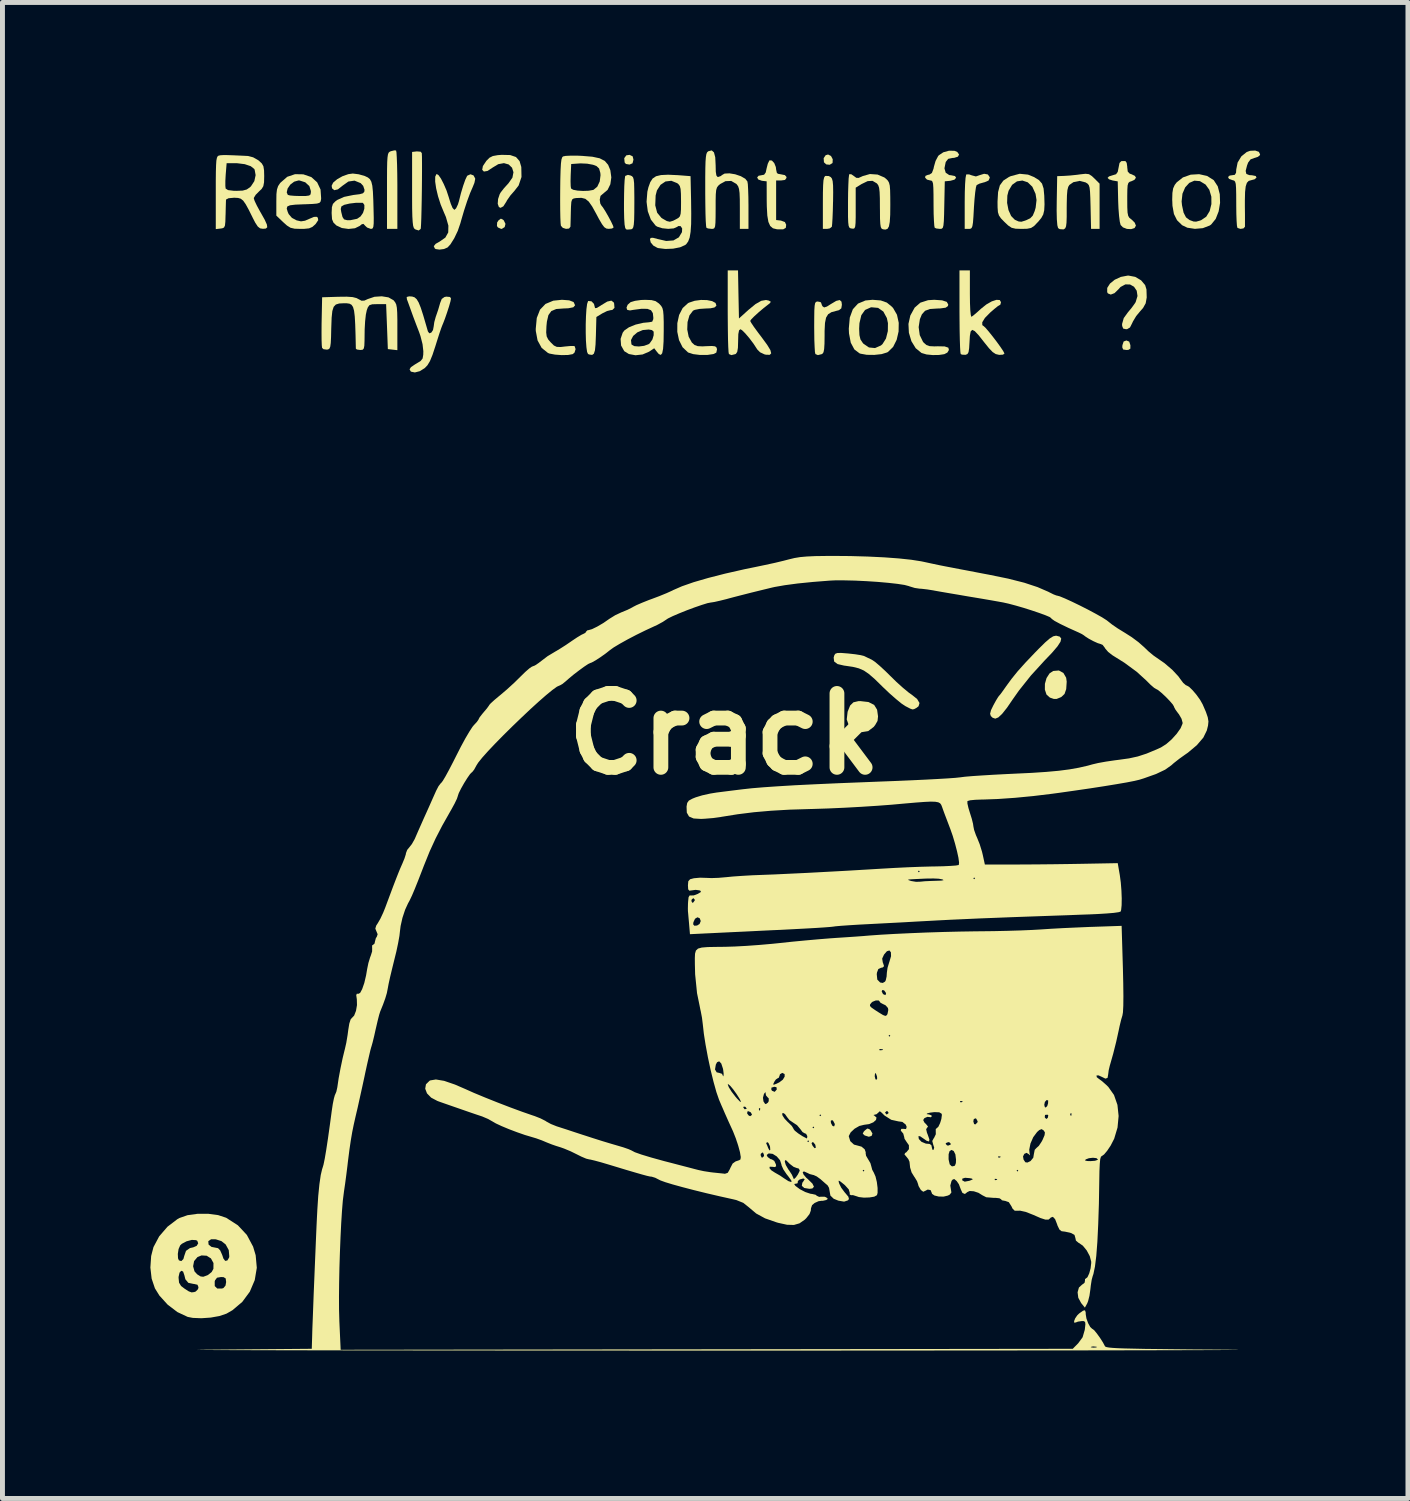
<source format=kicad_pcb>
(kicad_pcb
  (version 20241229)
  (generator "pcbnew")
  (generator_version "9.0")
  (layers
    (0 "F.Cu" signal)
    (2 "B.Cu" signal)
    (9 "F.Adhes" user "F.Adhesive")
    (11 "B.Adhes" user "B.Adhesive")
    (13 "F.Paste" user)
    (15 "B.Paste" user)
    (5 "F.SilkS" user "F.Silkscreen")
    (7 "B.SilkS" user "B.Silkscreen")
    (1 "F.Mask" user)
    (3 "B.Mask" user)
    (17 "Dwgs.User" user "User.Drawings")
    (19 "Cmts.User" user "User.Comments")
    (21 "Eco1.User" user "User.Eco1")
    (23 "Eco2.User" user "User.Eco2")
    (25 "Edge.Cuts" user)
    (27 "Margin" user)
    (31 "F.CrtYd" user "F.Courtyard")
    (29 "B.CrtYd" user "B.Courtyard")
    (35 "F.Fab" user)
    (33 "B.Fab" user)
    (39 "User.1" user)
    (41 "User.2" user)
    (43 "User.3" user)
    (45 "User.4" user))
  (footprint "Crack"
    (layer "F.Cu")
    (at 11.641 11.837)
    (property "Reference" "Crack" (at 0 0 0) (layer "F.SilkS") (effects (font (size 1.5 1.5) (thickness 0.3))))
    (attr board_only exclude_from_pos_files exclude_from_bom)
    (fp_poly (pts (xy -1.858 -11.716) (xy -1.842 -11.648) (xy -1.861 -11.575) (xy -1.921 -11.549) (xy -1.995 -11.561) (xy -2.021 -11.592) (xy -2.029 -11.679) (xy -1.987 -11.736) (xy -1.921 -11.746)) (stroke (width 0) (type solid)) (fill yes) (layer "F.SilkS"))
    (fp_poly (pts (xy 2.165 -11.723) (xy 2.2 -11.657) (xy 2.197 -11.586) (xy 2.193 -11.578) (xy 2.139 -11.545) (xy 2.069 -11.552) (xy 2.022 -11.595) (xy 2.016 -11.679) (xy 2.057 -11.739) (xy 2.106 -11.753)) (stroke (width 0) (type solid)) (fill yes) (layer "F.SilkS"))
    (fp_poly (pts (xy 8.214 -7.958) (xy 8.238 -7.885) (xy 8.237 -7.815) (xy 8.197 -7.79) (xy 8.157 -7.788) (xy 8.091 -7.798) (xy 8.073 -7.842) (xy 8.076 -7.885) (xy 8.101 -7.96) (xy 8.157 -7.981)) (stroke (width 0) (type solid)) (fill yes) (layer "F.SilkS"))
    (fp_poly (pts (xy -4.489 -10.432) (xy -4.472 -10.416) (xy -4.438 -10.346) (xy -4.454 -10.281) (xy -4.511 -10.245) (xy -4.526 -10.244) (xy -4.591 -10.273) (xy -4.611 -10.303) (xy -4.607 -10.375) (xy -4.58 -10.416) (xy -4.531 -10.452)) (stroke (width 0) (type solid)) (fill yes) (layer "F.SilkS"))
    (fp_poly (pts (xy 2.941 8.015) (xy 2.969 8.041) (xy 3.006 8.106) (xy 2.989 8.153) (xy 2.933 8.171) (xy 2.853 8.146) (xy 2.842 8.14) (xy 2.809 8.108) (xy 2.828 8.069) (xy 2.85 8.045) (xy 2.901 8.004)) (stroke (width 0) (type solid)) (fill yes) (layer "F.SilkS"))
    (fp_poly (pts (xy 6.879 -1.237) (xy 6.935 -1.14) (xy 6.946 -1.06) (xy 6.936 -0.909) (xy 6.902 -0.811) (xy 6.84 -0.752) (xy 6.819 -0.741) (xy 6.742 -0.71) (xy 6.684 -0.71) (xy 6.605 -0.737) (xy 6.536 -0.799) (xy 6.503 -0.899) (xy 6.504 -1.017) (xy 6.537 -1.133) (xy 6.598 -1.228) (xy 6.672 -1.277) (xy 6.787 -1.287)) (stroke (width 0) (type solid)) (fill yes) (layer "F.SilkS"))
    (fp_poly (pts (xy 2.925 -0.647) (xy 3.04 -0.589) (xy 3.098 -0.495) (xy 3.101 -0.485) (xy 3.119 -0.356) (xy 3.109 -0.264) (xy 3.062 -0.182) (xy 3.032 -0.143) (xy 2.919 -0.057) (xy 2.786 -0.036) (xy 2.638 -0.082) (xy 2.629 -0.087) (xy 2.526 -0.175) (xy 2.484 -0.294) (xy 2.502 -0.447) (xy 2.504 -0.455) (xy 2.553 -0.576) (xy 2.619 -0.641) (xy 2.72 -0.665) (xy 2.758 -0.666)) (stroke (width 0) (type solid)) (fill yes) (layer "F.SilkS"))
    (fp_poly (pts (xy -6.657 -11.834) (xy -6.649 -11.796) (xy -6.643 -11.698) (xy -6.637 -11.55) (xy -6.633 -11.363) (xy -6.631 -11.146) (xy -6.631 -11.031) (xy -6.631 -10.244) (xy -6.736 -10.244) (xy -6.841 -10.244) (xy -6.841 -11.017) (xy -6.841 -11.269) (xy -6.84 -11.459) (xy -6.837 -11.598) (xy -6.831 -11.692) (xy -6.822 -11.753) (xy -6.809 -11.788) (xy -6.79 -11.807) (xy -6.765 -11.819) (xy -6.762 -11.82) (xy -6.691 -11.837)) (stroke (width 0) (type solid)) (fill yes) (layer "F.SilkS"))
    (fp_poly (pts (xy 2.121 -11.316) (xy 2.161 -11.294) (xy 2.184 -11.264) (xy 2.199 -11.211) (xy 2.207 -11.124) (xy 2.209 -10.992) (xy 2.207 -10.801) (xy 2.206 -10.79) (xy 2.202 -10.615) (xy 2.196 -10.464) (xy 2.189 -10.351) (xy 2.183 -10.292) (xy 2.182 -10.288) (xy 2.14 -10.254) (xy 2.084 -10.244) (xy 2 -10.244) (xy 2 -10.772) (xy 2.001 -10.98) (xy 2.005 -11.128) (xy 2.012 -11.227) (xy 2.025 -11.285) (xy 2.043 -11.314) (xy 2.053 -11.319)) (stroke (width 0) (type solid)) (fill yes) (layer "F.SilkS"))
    (fp_poly (pts (xy -6.159 -11.81) (xy -6.135 -11.781) (xy -6.132 -11.706) (xy -6.131 -11.579) (xy -6.131 -11.415) (xy -6.132 -11.226) (xy -6.134 -11.024) (xy -6.137 -10.822) (xy -6.141 -10.632) (xy -6.145 -10.467) (xy -6.15 -10.339) (xy -6.155 -10.261) (xy -6.158 -10.243) (xy -6.198 -10.212) (xy -6.261 -10.232) (xy -6.28 -10.243) (xy -6.297 -10.264) (xy -6.311 -10.308) (xy -6.32 -10.382) (xy -6.327 -10.495) (xy -6.331 -10.656) (xy -6.332 -10.873) (xy -6.332 -11.041) (xy -6.332 -11.805) (xy -6.236 -11.816)) (stroke (width 0) (type solid)) (fill yes) (layer "F.SilkS"))
    (fp_poly (pts (xy -1.903 -11.328) (xy -1.873 -11.314) (xy -1.851 -11.291) (xy -1.838 -11.249) (xy -1.829 -11.174) (xy -1.826 -11.058) (xy -1.824 -10.888) (xy -1.824 -10.776) (xy -1.825 -10.572) (xy -1.828 -10.428) (xy -1.835 -10.333) (xy -1.846 -10.277) (xy -1.863 -10.248) (xy -1.886 -10.236) (xy -1.963 -10.23) (xy -1.991 -10.235) (xy -2.009 -10.262) (xy -2.022 -10.332) (xy -2.03 -10.454) (xy -2.034 -10.635) (xy -2.034 -10.765) (xy -2.032 -10.95) (xy -2.028 -11.111) (xy -2.021 -11.234) (xy -2.012 -11.307) (xy -2.008 -11.319) (xy -1.955 -11.34)) (stroke (width 0) (type solid)) (fill yes) (layer "F.SilkS"))
    (fp_poly (pts (xy 5.347 -11.348) (xy 5.384 -11.294) (xy 5.385 -11.28) (xy 5.361 -11.225) (xy 5.282 -11.191) (xy 5.268 -11.188) (xy 5.179 -11.163) (xy 5.121 -11.134) (xy 5.119 -11.132) (xy 5.105 -11.087) (xy 5.09 -10.986) (xy 5.076 -10.844) (xy 5.064 -10.677) (xy 5.064 -10.672) (xy 5.054 -10.493) (xy 5.045 -10.373) (xy 5.033 -10.299) (xy 5.016 -10.261) (xy 4.991 -10.246) (xy 4.959 -10.244) (xy 4.877 -10.244) (xy 4.877 -10.786) (xy 4.879 -10.989) (xy 4.885 -11.155) (xy 4.894 -11.276) (xy 4.906 -11.341) (xy 4.911 -11.349) (xy 4.965 -11.35) (xy 5.021 -11.33) (xy 5.104 -11.308) (xy 5.174 -11.332) (xy 5.271 -11.362)) (stroke (width 0) (type solid)) (fill yes) (layer "F.SilkS"))
    (fp_poly (pts (xy -2.242 -8.753) (xy -2.234 -8.731) (xy -2.227 -8.642) (xy -2.27 -8.6) (xy -2.309 -8.595) (xy -2.377 -8.578) (xy -2.467 -8.534) (xy -2.481 -8.526) (xy -2.594 -8.457) (xy -2.604 -8.079) (xy -2.611 -7.9) (xy -2.623 -7.781) (xy -2.645 -7.713) (xy -2.68 -7.688) (xy -2.733 -7.695) (xy -2.763 -7.706) (xy -2.782 -7.747) (xy -2.796 -7.843) (xy -2.806 -7.979) (xy -2.81 -8.139) (xy -2.81 -8.309) (xy -2.805 -8.473) (xy -2.796 -8.615) (xy -2.782 -8.722) (xy -2.763 -8.778) (xy -2.758 -8.782) (xy -2.693 -8.775) (xy -2.643 -8.723) (xy -2.631 -8.676) (xy -2.621 -8.637) (xy -2.584 -8.641) (xy -2.507 -8.688) (xy -2.496 -8.696) (xy -2.373 -8.77) (xy -2.29 -8.789)) (stroke (width 0) (type solid)) (fill yes) (layer "F.SilkS"))
    (fp_poly (pts (xy 6.736 -1.992) (xy 6.806 -1.973) (xy 6.835 -1.934) (xy 6.82 -1.87) (xy 6.758 -1.775) (xy 6.647 -1.645) (xy 6.484 -1.475) (xy 6.483 -1.473) (xy 6.22 -1.185) (xy 5.978 -0.881) (xy 5.858 -0.711) (xy 5.734 -0.53) (xy 5.636 -0.407) (xy 5.559 -0.335) (xy 5.497 -0.31) (xy 5.444 -0.328) (xy 5.407 -0.363) (xy 5.392 -0.409) (xy 5.411 -0.483) (xy 5.459 -0.582) (xy 5.513 -0.68) (xy 5.556 -0.75) (xy 5.573 -0.772) (xy 5.604 -0.808) (xy 5.66 -0.885) (xy 5.716 -0.965) (xy 5.825 -1.114) (xy 5.95 -1.269) (xy 6.103 -1.44) (xy 6.294 -1.641) (xy 6.38 -1.729) (xy 6.509 -1.856) (xy 6.603 -1.937) (xy 6.672 -1.98) (xy 6.726 -1.992)) (stroke (width 0) (type solid)) (fill yes) (layer "F.SilkS"))
    (fp_poly (pts (xy -4.343 -11.742) (xy -4.225 -11.702) (xy -4.152 -11.619) (xy -4.117 -11.5) (xy -4.113 -11.297) (xy -4.171 -11.125) (xy -4.255 -11.017) (xy -4.339 -10.921) (xy -4.409 -10.82) (xy -4.42 -10.797) (xy -4.481 -10.702) (xy -4.538 -10.671) (xy -4.572 -10.688) (xy -4.595 -10.753) (xy -4.588 -10.85) (xy -4.555 -10.949) (xy -4.536 -10.982) (xy -4.47 -11.067) (xy -4.387 -11.159) (xy -4.378 -11.168) (xy -4.297 -11.284) (xy -4.276 -11.393) (xy -4.305 -11.485) (xy -4.373 -11.551) (xy -4.469 -11.578) (xy -4.584 -11.557) (xy -4.695 -11.49) (xy -4.801 -11.42) (xy -4.876 -11.407) (xy -4.91 -11.443) (xy -4.896 -11.519) (xy -4.825 -11.625) (xy -4.822 -11.628) (xy -4.762 -11.688) (xy -4.694 -11.722) (xy -4.595 -11.74) (xy -4.515 -11.746)) (stroke (width 0) (type solid)) (fill yes) (layer "F.SilkS"))
    (fp_poly (pts (xy 4.418 -8.795) (xy 4.513 -8.764) (xy 4.543 -8.711) (xy 4.537 -8.679) (xy 4.491 -8.646) (xy 4.383 -8.631) (xy 4.32 -8.629) (xy 4.171 -8.619) (xy 4.073 -8.583) (xy 4.008 -8.51) (xy 3.968 -8.413) (xy 3.943 -8.252) (xy 3.965 -8.09) (xy 4.03 -7.956) (xy 4.047 -7.935) (xy 4.1 -7.889) (xy 4.164 -7.866) (xy 4.263 -7.861) (xy 4.33 -7.863) (xy 4.47 -7.86) (xy 4.545 -7.835) (xy 4.557 -7.788) (xy 4.525 -7.735) (xy 4.463 -7.703) (xy 4.356 -7.687) (xy 4.228 -7.685) (xy 4.103 -7.697) (xy 4.005 -7.726) (xy 4 -7.728) (xy 3.883 -7.824) (xy 3.796 -7.966) (xy 3.745 -8.137) (xy 3.736 -8.317) (xy 3.774 -8.487) (xy 3.774 -8.487) (xy 3.862 -8.647) (xy 3.978 -8.748) (xy 4.134 -8.798) (xy 4.258 -8.806)) (stroke (width 0) (type solid)) (fill yes) (layer "F.SilkS"))
    (fp_poly (pts (xy 8.336 -9.271) (xy 8.455 -9.201) (xy 8.537 -9.104) (xy 8.564 -9.016) (xy 8.569 -8.853) (xy 8.548 -8.735) (xy 8.495 -8.64) (xy 8.44 -8.578) (xy 8.356 -8.477) (xy 8.29 -8.367) (xy 8.275 -8.334) (xy 8.23 -8.245) (xy 8.173 -8.211) (xy 8.15 -8.209) (xy 8.092 -8.222) (xy 8.071 -8.275) (xy 8.069 -8.315) (xy 8.103 -8.435) (xy 8.187 -8.551) (xy 8.265 -8.645) (xy 8.327 -8.731) (xy 8.345 -8.76) (xy 8.382 -8.883) (xy 8.366 -8.99) (xy 8.311 -9.071) (xy 8.23 -9.117) (xy 8.135 -9.118) (xy 8.038 -9.066) (xy 7.993 -9.016) (xy 7.916 -8.941) (xy 7.84 -8.912) (xy 7.782 -8.935) (xy 7.767 -8.961) (xy 7.768 -9.047) (xy 7.824 -9.135) (xy 7.92 -9.213) (xy 8.043 -9.27) (xy 8.179 -9.296) (xy 8.2 -9.297)) (stroke (width 0) (type solid)) (fill yes) (layer "F.SilkS"))
    (fp_poly (pts (xy -3.146 -8.795) (xy -3.062 -8.763) (xy -3.053 -8.755) (xy -3.026 -8.694) (xy -3.062 -8.654) (xy -3.162 -8.634) (xy -3.259 -8.63) (xy -3.408 -8.619) (xy -3.507 -8.578) (xy -3.567 -8.496) (xy -3.598 -8.362) (xy -3.607 -8.268) (xy -3.612 -8.143) (xy -3.602 -8.063) (xy -3.571 -8.001) (xy -3.52 -7.942) (xy -3.456 -7.879) (xy -3.398 -7.851) (xy -3.319 -7.848) (xy -3.236 -7.858) (xy -3.129 -7.868) (xy -3.055 -7.869) (xy -3.034 -7.864) (xy -3.016 -7.805) (xy -3.037 -7.736) (xy -3.073 -7.704) (xy -3.166 -7.687) (xy -3.297 -7.684) (xy -3.433 -7.694) (xy -3.545 -7.715) (xy -3.577 -7.728) (xy -3.704 -7.83) (xy -3.787 -7.982) (xy -3.823 -8.174) (xy -3.824 -8.216) (xy -3.803 -8.438) (xy -3.737 -8.606) (xy -3.626 -8.722) (xy -3.468 -8.788) (xy -3.293 -8.806)) (stroke (width 0) (type solid)) (fill yes) (layer "F.SilkS"))
    (fp_poly (pts (xy 2.378 -8.768) (xy 2.386 -8.705) (xy 2.374 -8.632) (xy 2.326 -8.595) (xy 2.274 -8.582) (xy 2.174 -8.555) (xy 2.107 -8.513) (xy 2.065 -8.444) (xy 2.043 -8.336) (xy 2.035 -8.175) (xy 2.035 -8.085) (xy 2.033 -7.917) (xy 2.026 -7.807) (xy 2.013 -7.742) (xy 1.991 -7.711) (xy 1.979 -7.704) (xy 1.899 -7.684) (xy 1.849 -7.705) (xy 1.848 -7.707) (xy 1.839 -7.748) (xy 1.833 -7.847) (xy 1.827 -7.99) (xy 1.825 -8.165) (xy 1.824 -8.25) (xy 1.825 -8.451) (xy 1.827 -8.593) (xy 1.833 -8.685) (xy 1.843 -8.738) (xy 1.86 -8.763) (xy 1.884 -8.77) (xy 1.894 -8.771) (xy 1.952 -8.76) (xy 1.965 -8.744) (xy 1.982 -8.694) (xy 1.995 -8.672) (xy 2.027 -8.651) (xy 2.083 -8.669) (xy 2.157 -8.716) (xy 2.271 -8.784) (xy 2.342 -8.801)) (stroke (width 0) (type solid)) (fill yes) (layer "F.SilkS"))
    (fp_poly (pts (xy -0.35 -8.8) (xy -0.246 -8.779) (xy -0.177 -8.742) (xy -0.16 -8.692) (xy -0.162 -8.684) (xy -0.199 -8.65) (xy -0.283 -8.633) (xy -0.381 -8.629) (xy -0.501 -8.621) (xy -0.597 -8.602) (xy -0.634 -8.585) (xy -0.706 -8.49) (xy -0.745 -8.354) (xy -0.751 -8.203) (xy -0.722 -8.057) (xy -0.658 -7.94) (xy -0.653 -7.935) (xy -0.602 -7.889) (xy -0.54 -7.866) (xy -0.446 -7.861) (xy -0.368 -7.865) (xy -0.251 -7.869) (xy -0.186 -7.862) (xy -0.157 -7.838) (xy -0.147 -7.802) (xy -0.161 -7.735) (xy -0.217 -7.706) (xy -0.345 -7.687) (xy -0.492 -7.687) (xy -0.63 -7.704) (xy -0.73 -7.736) (xy -0.737 -7.74) (xy -0.846 -7.844) (xy -0.918 -7.989) (xy -0.953 -8.157) (xy -0.952 -8.332) (xy -0.916 -8.498) (xy -0.844 -8.638) (xy -0.736 -8.737) (xy -0.715 -8.748) (xy -0.6 -8.786) (xy -0.473 -8.803)) (stroke (width 0) (type solid)) (fill yes) (layer "F.SilkS"))
    (fp_poly (pts (xy 0.967 -11.63) (xy 1.014 -11.578) (xy 1.046 -11.499) (xy 1.052 -11.448) (xy 1.066 -11.383) (xy 1.088 -11.362) (xy 1.155 -11.35) (xy 1.158 -11.349) (xy 1.225 -11.336) (xy 1.228 -11.336) (xy 1.259 -11.303) (xy 1.263 -11.279) (xy 1.232 -11.237) (xy 1.158 -11.227) (xy 1.052 -11.227) (xy 1.052 -10.825) (xy 1.052 -10.424) (xy 1.149 -10.413) (xy 1.23 -10.383) (xy 1.256 -10.328) (xy 1.248 -10.265) (xy 1.195 -10.235) (xy 1.087 -10.235) (xy 1.066 -10.237) (xy 0.988 -10.256) (xy 0.932 -10.303) (xy 0.895 -10.386) (xy 0.873 -10.515) (xy 0.863 -10.699) (xy 0.861 -10.816) (xy 0.86 -11.209) (xy 0.763 -11.22) (xy 0.69 -11.246) (xy 0.667 -11.287) (xy 0.696 -11.322) (xy 0.751 -11.332) (xy 0.808 -11.343) (xy 0.841 -11.389) (xy 0.859 -11.472) (xy 0.883 -11.566) (xy 0.913 -11.628) (xy 0.921 -11.635)) (stroke (width 0) (type solid)) (fill yes) (layer "F.SilkS"))
    (fp_poly (pts (xy 7.397 -11.354) (xy 7.456 -11.316) (xy 7.506 -11.269) (xy 7.613 -11.162) (xy 7.613 -10.703) (xy 7.613 -10.244) (xy 7.526 -10.244) (xy 7.44 -10.244) (xy 7.43 -10.69) (xy 7.425 -10.874) (xy 7.419 -11.001) (xy 7.41 -11.082) (xy 7.394 -11.132) (xy 7.369 -11.162) (xy 7.332 -11.185) (xy 7.33 -11.187) (xy 7.208 -11.218) (xy 7.082 -11.192) (xy 7.001 -11.136) (xy 6.977 -11.097) (xy 6.96 -11.03) (xy 6.951 -10.923) (xy 6.947 -10.764) (xy 6.946 -10.667) (xy 6.946 -10.49) (xy 6.942 -10.371) (xy 6.933 -10.298) (xy 6.917 -10.258) (xy 6.892 -10.239) (xy 6.878 -10.234) (xy 6.804 -10.239) (xy 6.771 -10.261) (xy 6.756 -10.318) (xy 6.746 -10.438) (xy 6.742 -10.617) (xy 6.744 -10.81) (xy 6.753 -11.314) (xy 6.894 -11.319) (xy 7.016 -11.327) (xy 7.16 -11.342) (xy 7.216 -11.35) (xy 7.327 -11.362)) (stroke (width 0) (type solid)) (fill yes) (layer "F.SilkS"))
    (fp_poly (pts (xy 2.497 -1.633) (xy 2.52 -1.631) (xy 2.655 -1.616) (xy 2.768 -1.598) (xy 2.835 -1.581) (xy 2.839 -1.579) (xy 2.911 -1.544) (xy 2.991 -1.506) (xy 3.056 -1.463) (xy 3.153 -1.381) (xy 3.269 -1.274) (xy 3.36 -1.184) (xy 3.49 -1.057) (xy 3.624 -0.936) (xy 3.74 -0.84) (xy 3.798 -0.799) (xy 3.913 -0.707) (xy 3.96 -0.627) (xy 3.941 -0.561) (xy 3.897 -0.527) (xy 3.851 -0.503) (xy 3.817 -0.497) (xy 3.772 -0.513) (xy 3.691 -0.555) (xy 3.67 -0.566) (xy 3.593 -0.618) (xy 3.482 -0.709) (xy 3.35 -0.825) (xy 3.213 -0.955) (xy 3.2 -0.968) (xy 3.052 -1.113) (xy 2.934 -1.215) (xy 2.833 -1.285) (xy 2.73 -1.33) (xy 2.61 -1.36) (xy 2.456 -1.383) (xy 2.431 -1.386) (xy 2.298 -1.417) (xy 2.229 -1.469) (xy 2.219 -1.549) (xy 2.232 -1.595) (xy 2.252 -1.626) (xy 2.293 -1.641) (xy 2.369 -1.643)) (stroke (width 0) (type solid)) (fill yes) (layer "F.SilkS"))
    (fp_poly (pts (xy 8.139 -11.618) (xy 8.163 -11.583) (xy 8.174 -11.505) (xy 8.174 -11.493) (xy 8.184 -11.407) (xy 8.224 -11.365) (xy 8.262 -11.352) (xy 8.328 -11.32) (xy 8.35 -11.282) (xy 8.32 -11.239) (xy 8.262 -11.212) (xy 8.222 -11.199) (xy 8.197 -11.176) (xy 8.182 -11.129) (xy 8.176 -11.043) (xy 8.174 -10.907) (xy 8.174 -10.841) (xy 8.175 -10.681) (xy 8.18 -10.576) (xy 8.193 -10.51) (xy 8.216 -10.47) (xy 8.253 -10.44) (xy 8.262 -10.434) (xy 8.325 -10.372) (xy 8.35 -10.31) (xy 8.322 -10.261) (xy 8.253 -10.239) (xy 8.167 -10.244) (xy 8.087 -10.275) (xy 8.04 -10.323) (xy 8.023 -10.389) (xy 8.008 -10.507) (xy 7.996 -10.661) (xy 7.99 -10.805) (xy 7.981 -11.208) (xy 7.878 -11.226) (xy 7.805 -11.249) (xy 7.775 -11.279) (xy 7.805 -11.309) (xy 7.878 -11.332) (xy 7.947 -11.353) (xy 7.981 -11.4) (xy 7.999 -11.49) (xy 8.017 -11.581) (xy 8.053 -11.619) (xy 8.124 -11.62)) (stroke (width 0) (type solid)) (fill yes) (layer "F.SilkS"))
    (fp_poly (pts (xy 3.174 -8.793) (xy 3.298 -8.749) (xy 3.403 -8.663) (xy 3.426 -8.637) (xy 3.503 -8.503) (xy 3.539 -8.339) (xy 3.536 -8.163) (xy 3.497 -7.994) (xy 3.425 -7.85) (xy 3.322 -7.749) (xy 3.302 -7.738) (xy 3.191 -7.704) (xy 3.043 -7.688) (xy 2.89 -7.69) (xy 2.763 -7.713) (xy 2.745 -7.719) (xy 2.639 -7.799) (xy 2.566 -7.936) (xy 2.53 -8.124) (xy 2.526 -8.218) (xy 2.736 -8.218) (xy 2.742 -8.088) (xy 2.763 -8.001) (xy 2.808 -7.933) (xy 2.822 -7.916) (xy 2.935 -7.839) (xy 3.058 -7.827) (xy 3.177 -7.879) (xy 3.209 -7.907) (xy 3.28 -8.02) (xy 3.318 -8.171) (xy 3.32 -8.333) (xy 3.298 -8.436) (xy 3.226 -8.568) (xy 3.12 -8.642) (xy 2.987 -8.654) (xy 2.972 -8.652) (xy 2.856 -8.6) (xy 2.78 -8.493) (xy 2.742 -8.331) (xy 2.736 -8.218) (xy 2.526 -8.218) (xy 2.526 -8.22) (xy 2.546 -8.445) (xy 2.608 -8.614) (xy 2.713 -8.729) (xy 2.863 -8.792) (xy 3.007 -8.806)) (stroke (width 0) (type solid)) (fill yes) (layer "F.SilkS"))
    (fp_poly (pts (xy 9.794 -11.318) (xy 9.927 -11.234) (xy 9.93 -11.23) (xy 10.01 -11.107) (xy 10.051 -10.948) (xy 10.057 -10.773) (xy 10.028 -10.599) (xy 9.968 -10.446) (xy 9.876 -10.333) (xy 9.846 -10.312) (xy 9.707 -10.259) (xy 9.547 -10.245) (xy 9.393 -10.268) (xy 9.287 -10.319) (xy 9.184 -10.42) (xy 9.121 -10.546) (xy 9.091 -10.714) (xy 9.088 -10.801) (xy 9.277 -10.801) (xy 9.285 -10.722) (xy 9.317 -10.573) (xy 9.366 -10.478) (xy 9.438 -10.424) (xy 9.448 -10.42) (xy 9.519 -10.394) (xy 9.571 -10.391) (xy 9.641 -10.41) (xy 9.673 -10.421) (xy 9.776 -10.491) (xy 9.846 -10.606) (xy 9.881 -10.747) (xy 9.88 -10.897) (xy 9.839 -11.037) (xy 9.763 -11.143) (xy 9.648 -11.213) (xy 9.535 -11.222) (xy 9.432 -11.177) (xy 9.349 -11.086) (xy 9.294 -10.958) (xy 9.277 -10.801) (xy 9.088 -10.801) (xy 9.086 -10.836) (xy 9.09 -10.974) (xy 9.105 -11.066) (xy 9.137 -11.136) (xy 9.177 -11.188) (xy 9.303 -11.288) (xy 9.461 -11.344) (xy 9.632 -11.354)) (stroke (width 0) (type solid)) (fill yes) (layer "F.SilkS"))
    (fp_poly (pts (xy 0.288 -8.915) (xy 0.298 -8.427) (xy 0.489 -8.6) (xy 0.634 -8.719) (xy 0.75 -8.785) (xy 0.846 -8.802) (xy 0.903 -8.79) (xy 0.945 -8.766) (xy 0.924 -8.736) (xy 0.909 -8.724) (xy 0.801 -8.64) (xy 0.695 -8.55) (xy 0.604 -8.467) (xy 0.544 -8.405) (xy 0.526 -8.377) (xy 0.547 -8.338) (xy 0.601 -8.257) (xy 0.682 -8.146) (xy 0.758 -8.046) (xy 0.87 -7.893) (xy 0.935 -7.786) (xy 0.952 -7.72) (xy 0.923 -7.69) (xy 0.848 -7.692) (xy 0.818 -7.698) (xy 0.727 -7.741) (xy 0.67 -7.798) (xy 0.593 -7.916) (xy 0.507 -8.03) (xy 0.425 -8.126) (xy 0.359 -8.191) (xy 0.326 -8.209) (xy 0.3 -8.186) (xy 0.285 -8.11) (xy 0.281 -7.974) (xy 0.281 -7.968) (xy 0.277 -7.831) (xy 0.263 -7.75) (xy 0.237 -7.711) (xy 0.225 -7.704) (xy 0.145 -7.684) (xy 0.095 -7.705) (xy 0.094 -7.707) (xy 0.087 -7.747) (xy 0.081 -7.847) (xy 0.076 -7.998) (xy 0.073 -8.189) (xy 0.071 -8.41) (xy 0.07 -8.566) (xy 0.07 -9.402) (xy 0.174 -9.402) (xy 0.279 -9.402)) (stroke (width 0) (type solid)) (fill yes) (layer "F.SilkS"))
    (fp_poly (pts (xy 4.669 -11.828) (xy 4.727 -11.804) (xy 4.763 -11.753) (xy 4.739 -11.709) (xy 4.663 -11.685) (xy 4.628 -11.683) (xy 4.542 -11.665) (xy 4.493 -11.602) (xy 4.49 -11.592) (xy 4.466 -11.472) (xy 4.492 -11.383) (xy 4.563 -11.336) (xy 4.6 -11.332) (xy 4.68 -11.316) (xy 4.703 -11.281) (xy 4.67 -11.243) (xy 4.587 -11.22) (xy 4.473 -11.209) (xy 4.463 -10.727) (xy 4.459 -10.535) (xy 4.454 -10.402) (xy 4.446 -10.317) (xy 4.434 -10.27) (xy 4.414 -10.249) (xy 4.385 -10.244) (xy 4.373 -10.244) (xy 4.299 -10.253) (xy 4.268 -10.268) (xy 4.26 -10.31) (xy 4.253 -10.408) (xy 4.247 -10.549) (xy 4.245 -10.719) (xy 4.245 -10.759) (xy 4.244 -10.948) (xy 4.241 -11.078) (xy 4.235 -11.16) (xy 4.222 -11.204) (xy 4.203 -11.223) (xy 4.177 -11.227) (xy 4.112 -11.244) (xy 4.074 -11.283) (xy 4.08 -11.319) (xy 4.127 -11.339) (xy 4.162 -11.346) (xy 4.212 -11.379) (xy 4.245 -11.467) (xy 4.253 -11.507) (xy 4.286 -11.622) (xy 4.337 -11.719) (xy 4.352 -11.737) (xy 4.443 -11.798) (xy 4.559 -11.83)) (stroke (width 0) (type solid)) (fill yes) (layer "F.SilkS"))
    (fp_poly (pts (xy -5.797 -11.336) (xy -5.746 -11.263) (xy -5.69 -11.154) (xy -5.634 -11.024) (xy -5.589 -10.888) (xy -5.58 -10.858) (xy -5.548 -10.756) (xy -5.515 -10.677) (xy -5.508 -10.665) (xy -5.475 -10.63) (xy -5.443 -10.658) (xy -5.438 -10.665) (xy -5.402 -10.741) (xy -5.382 -10.806) (xy -5.341 -10.969) (xy -5.296 -11.119) (xy -5.253 -11.241) (xy -5.218 -11.315) (xy -5.211 -11.324) (xy -5.148 -11.352) (xy -5.086 -11.329) (xy -5.053 -11.268) (xy -5.052 -11.256) (xy -5.068 -11.178) (xy -5.106 -11.084) (xy -5.107 -11.082) (xy -5.156 -10.969) (xy -5.216 -10.806) (xy -5.279 -10.613) (xy -5.339 -10.408) (xy -5.351 -10.363) (xy -5.405 -10.205) (xy -5.477 -10.054) (xy -5.554 -9.931) (xy -5.612 -9.868) (xy -5.685 -9.836) (xy -5.777 -9.824) (xy -5.853 -9.835) (xy -5.871 -9.847) (xy -5.892 -9.894) (xy -5.854 -9.941) (xy -5.773 -9.987) (xy -5.658 -10.067) (xy -5.599 -10.172) (xy -5.596 -10.31) (xy -5.646 -10.485) (xy -5.684 -10.573) (xy -5.752 -10.737) (xy -5.806 -10.906) (xy -5.844 -11.066) (xy -5.864 -11.203) (xy -5.863 -11.304) (xy -5.838 -11.355) (xy -5.833 -11.357)) (stroke (width 0) (type solid)) (fill yes) (layer "F.SilkS"))
    (fp_poly (pts (xy 10.844 -11.807) (xy 10.869 -11.755) (xy 10.865 -11.739) (xy 10.825 -11.706) (xy 10.75 -11.682) (xy 10.675 -11.654) (xy 10.626 -11.589) (xy 10.604 -11.53) (xy 10.576 -11.42) (xy 10.59 -11.359) (xy 10.65 -11.335) (xy 10.705 -11.332) (xy 10.78 -11.317) (xy 10.796 -11.284) (xy 10.757 -11.25) (xy 10.692 -11.233) (xy 10.638 -11.218) (xy 10.601 -11.179) (xy 10.577 -11.107) (xy 10.564 -10.992) (xy 10.56 -10.824) (xy 10.56 -10.687) (xy 10.562 -10.533) (xy 10.562 -10.403) (xy 10.562 -10.315) (xy 10.562 -10.288) (xy 10.532 -10.254) (xy 10.47 -10.244) (xy 10.413 -10.263) (xy 10.408 -10.268) (xy 10.399 -10.31) (xy 10.392 -10.408) (xy 10.387 -10.549) (xy 10.385 -10.719) (xy 10.385 -10.756) (xy 10.384 -10.945) (xy 10.381 -11.074) (xy 10.375 -11.156) (xy 10.362 -11.202) (xy 10.342 -11.224) (xy 10.312 -11.232) (xy 10.308 -11.233) (xy 10.238 -11.259) (xy 10.218 -11.297) (xy 10.252 -11.326) (xy 10.294 -11.332) (xy 10.356 -11.341) (xy 10.381 -11.383) (xy 10.385 -11.449) (xy 10.413 -11.591) (xy 10.489 -11.716) (xy 10.597 -11.803) (xy 10.665 -11.828) (xy 10.77 -11.833)) (stroke (width 0) (type solid)) (fill yes) (layer "F.SilkS"))
    (fp_poly (pts (xy 3.11 -11.346) (xy 3.248 -11.287) (xy 3.284 -11.258) (xy 3.319 -11.222) (xy 3.342 -11.181) (xy 3.357 -11.122) (xy 3.364 -11.031) (xy 3.367 -10.896) (xy 3.368 -10.734) (xy 3.366 -10.529) (xy 3.357 -10.386) (xy 3.34 -10.294) (xy 3.311 -10.245) (xy 3.268 -10.23) (xy 3.219 -10.236) (xy 3.193 -10.248) (xy 3.175 -10.281) (xy 3.165 -10.345) (xy 3.159 -10.453) (xy 3.158 -10.615) (xy 3.157 -10.68) (xy 3.156 -10.865) (xy 3.151 -10.993) (xy 3.141 -11.077) (xy 3.123 -11.13) (xy 3.097 -11.165) (xy 3.093 -11.168) (xy 3.007 -11.219) (xy 2.908 -11.213) (xy 2.784 -11.153) (xy 2.666 -11.08) (xy 2.666 -10.66) (xy 2.666 -10.483) (xy 2.663 -10.364) (xy 2.656 -10.293) (xy 2.642 -10.258) (xy 2.619 -10.248) (xy 2.587 -10.251) (xy 2.557 -10.257) (xy 2.536 -10.273) (xy 2.522 -10.31) (xy 2.514 -10.379) (xy 2.51 -10.489) (xy 2.51 -10.651) (xy 2.51 -10.795) (xy 2.512 -10.982) (xy 2.517 -11.144) (xy 2.523 -11.267) (xy 2.532 -11.34) (xy 2.536 -11.354) (xy 2.577 -11.352) (xy 2.628 -11.317) (xy 2.678 -11.28) (xy 2.725 -11.278) (xy 2.8 -11.311) (xy 2.809 -11.316) (xy 2.955 -11.357)) (stroke (width 0) (type solid)) (fill yes) (layer "F.SilkS"))
    (fp_poly (pts (xy 6.161 -11.345) (xy 6.28 -11.297) (xy 6.383 -11.234) (xy 6.445 -11.163) (xy 6.477 -11.064) (xy 6.491 -10.915) (xy 6.491 -10.911) (xy 6.496 -10.741) (xy 6.49 -10.623) (xy 6.47 -10.537) (xy 6.431 -10.466) (xy 6.368 -10.389) (xy 6.363 -10.385) (xy 6.287 -10.305) (xy 6.223 -10.263) (xy 6.143 -10.247) (xy 6.03 -10.244) (xy 5.909 -10.248) (xy 5.828 -10.267) (xy 5.758 -10.314) (xy 5.683 -10.385) (xy 5.613 -10.457) (xy 5.572 -10.516) (xy 5.551 -10.583) (xy 5.544 -10.68) (xy 5.543 -10.772) (xy 5.737 -10.772) (xy 5.765 -10.626) (xy 5.819 -10.505) (xy 5.892 -10.431) (xy 5.895 -10.429) (xy 5.97 -10.395) (xy 6.026 -10.389) (xy 6.099 -10.411) (xy 6.128 -10.422) (xy 6.207 -10.46) (xy 6.258 -10.514) (xy 6.296 -10.605) (xy 6.316 -10.674) (xy 6.334 -10.83) (xy 6.314 -10.955) (xy 6.249 -11.099) (xy 6.156 -11.189) (xy 6.047 -11.225) (xy 5.937 -11.208) (xy 5.839 -11.138) (xy 5.767 -11.017) (xy 5.742 -10.92) (xy 5.737 -10.772) (xy 5.543 -10.772) (xy 5.543 -10.801) (xy 5.554 -10.991) (xy 5.59 -11.127) (xy 5.661 -11.224) (xy 5.773 -11.297) (xy 5.814 -11.315) (xy 5.992 -11.362)) (stroke (width 0) (type solid)) (fill yes) (layer "F.SilkS"))
    (fp_poly (pts (xy -6.331 -8.872) (xy -6.282 -8.856) (xy -6.239 -8.818) (xy -6.199 -8.751) (xy -6.156 -8.645) (xy -6.107 -8.493) (xy -6.046 -8.285) (xy -6.011 -8.164) (xy -5.982 -8.126) (xy -5.942 -8.141) (xy -5.908 -8.193) (xy -5.894 -8.266) (xy -5.882 -8.353) (xy -5.852 -8.462) (xy -5.845 -8.481) (xy -5.803 -8.604) (xy -5.767 -8.727) (xy -5.765 -8.736) (xy -5.731 -8.823) (xy -5.676 -8.862) (xy -5.638 -8.87) (xy -5.562 -8.863) (xy -5.543 -8.831) (xy -5.554 -8.773) (xy -5.583 -8.671) (xy -5.623 -8.547) (xy -5.666 -8.423) (xy -5.705 -8.322) (xy -5.716 -8.297) (xy -5.74 -8.235) (xy -5.778 -8.124) (xy -5.824 -7.98) (xy -5.859 -7.868) (xy -5.918 -7.689) (xy -5.969 -7.564) (xy -6.02 -7.479) (xy -6.075 -7.421) (xy -6.176 -7.358) (xy -6.276 -7.332) (xy -6.352 -7.348) (xy -6.362 -7.356) (xy -6.383 -7.396) (xy -6.356 -7.439) (xy -6.274 -7.495) (xy -6.245 -7.512) (xy -6.16 -7.564) (xy -6.119 -7.615) (xy -6.106 -7.691) (xy -6.104 -7.763) (xy -6.12 -7.905) (xy -6.162 -8.07) (xy -6.19 -8.151) (xy -6.249 -8.304) (xy -6.31 -8.466) (xy -6.344 -8.56) (xy -6.386 -8.677) (xy -6.421 -8.773) (xy -6.437 -8.815) (xy -6.442 -8.863) (xy -6.392 -8.876)) (stroke (width 0) (type solid)) (fill yes) (layer "F.SilkS"))
    (fp_poly (pts (xy 4.982 -8.926) (xy 4.984 -8.742) (xy 4.99 -8.597) (xy 5 -8.5) (xy 5.012 -8.461) (xy 5.014 -8.461) (xy 5.055 -8.49) (xy 5.129 -8.553) (xy 5.207 -8.624) (xy 5.317 -8.712) (xy 5.426 -8.774) (xy 5.521 -8.805) (xy 5.588 -8.801) (xy 5.613 -8.758) (xy 5.613 -8.758) (xy 5.6 -8.707) (xy 5.587 -8.699) (xy 5.549 -8.677) (xy 5.477 -8.619) (xy 5.394 -8.547) (xy 5.287 -8.438) (xy 5.233 -8.35) (xy 5.234 -8.292) (xy 5.259 -8.274) (xy 5.296 -8.241) (xy 5.361 -8.166) (xy 5.441 -8.066) (xy 5.526 -7.955) (xy 5.602 -7.85) (xy 5.658 -7.766) (xy 5.683 -7.718) (xy 5.683 -7.715) (xy 5.653 -7.693) (xy 5.579 -7.689) (xy 5.571 -7.69) (xy 5.507 -7.705) (xy 5.444 -7.746) (xy 5.37 -7.823) (xy 5.271 -7.946) (xy 5.16 -8.087) (xy 5.081 -8.171) (xy 5.03 -8.196) (xy 4.998 -8.164) (xy 4.982 -8.075) (xy 4.975 -7.957) (xy 4.967 -7.824) (xy 4.955 -7.745) (xy 4.933 -7.706) (xy 4.898 -7.691) (xy 4.893 -7.69) (xy 4.823 -7.693) (xy 4.796 -7.705) (xy 4.789 -7.746) (xy 4.783 -7.847) (xy 4.778 -7.998) (xy 4.774 -8.189) (xy 4.772 -8.41) (xy 4.771 -8.566) (xy 4.771 -9.402) (xy 4.877 -9.402) (xy 4.982 -9.402)) (stroke (width 0) (type solid)) (fill yes) (layer "F.SilkS"))
    (fp_poly (pts (xy -0.209 -11.796) (xy -0.183 -11.697) (xy -0.175 -11.535) (xy -0.172 -11.403) (xy -0.16 -11.328) (xy -0.136 -11.298) (xy -0.125 -11.297) (xy -0.065 -11.318) (xy -0.053 -11.332) (xy 0.006 -11.366) (xy 0.104 -11.371) (xy 0.221 -11.352) (xy 0.336 -11.313) (xy 0.426 -11.261) (xy 0.469 -11.207) (xy 0.478 -11.152) (xy 0.484 -11.042) (xy 0.489 -10.892) (xy 0.491 -10.719) (xy 0.491 -10.697) (xy 0.491 -10.244) (xy 0.403 -10.244) (xy 0.316 -10.244) (xy 0.316 -10.665) (xy 0.315 -10.847) (xy 0.31 -10.973) (xy 0.299 -11.055) (xy 0.281 -11.109) (xy 0.253 -11.148) (xy 0.246 -11.156) (xy 0.141 -11.217) (xy 0.024 -11.212) (xy -0.083 -11.154) (xy -0.122 -11.12) (xy -0.148 -11.084) (xy -0.164 -11.031) (xy -0.172 -10.947) (xy -0.175 -10.818) (xy -0.175 -10.663) (xy -0.176 -10.486) (xy -0.179 -10.368) (xy -0.186 -10.296) (xy -0.201 -10.259) (xy -0.225 -10.246) (xy -0.257 -10.244) (xy -0.331 -10.253) (xy -0.363 -10.268) (xy -0.369 -10.308) (xy -0.376 -10.408) (xy -0.381 -10.557) (xy -0.384 -10.745) (xy -0.386 -10.96) (xy -0.386 -11.038) (xy -0.386 -11.287) (xy -0.384 -11.474) (xy -0.38 -11.609) (xy -0.373 -11.702) (xy -0.363 -11.761) (xy -0.349 -11.796) (xy -0.329 -11.815) (xy -0.321 -11.82) (xy -0.254 -11.836)) (stroke (width 0) (type solid)) (fill yes) (layer "F.SilkS"))
    (fp_poly (pts (xy -8.539 -11.351) (xy -8.376 -11.295) (xy -8.258 -11.189) (xy -8.189 -11.043) (xy -8.177 -10.864) (xy -8.18 -10.836) (xy -8.189 -10.798) (xy -8.211 -10.773) (xy -8.261 -10.758) (xy -8.351 -10.75) (xy -8.495 -10.744) (xy -8.534 -10.743) (xy -8.701 -10.736) (xy -8.808 -10.723) (xy -8.863 -10.699) (xy -8.875 -10.656) (xy -8.855 -10.589) (xy -8.836 -10.545) (xy -8.77 -10.468) (xy -8.677 -10.418) (xy -8.586 -10.397) (xy -8.504 -10.41) (xy -8.419 -10.447) (xy -8.324 -10.487) (xy -8.269 -10.49) (xy -8.245 -10.473) (xy -8.236 -10.422) (xy -8.284 -10.35) (xy -8.295 -10.337) (xy -8.355 -10.284) (xy -8.422 -10.255) (xy -8.521 -10.245) (xy -8.592 -10.244) (xy -8.715 -10.248) (xy -8.798 -10.267) (xy -8.87 -10.312) (xy -8.945 -10.379) (xy -9.086 -10.514) (xy -9.086 -10.797) (xy -9.084 -10.945) (xy -9.08 -10.985) (xy -8.875 -10.985) (xy -8.853 -10.934) (xy -8.808 -10.922) (xy -8.714 -10.914) (xy -8.607 -10.911) (xy -8.486 -10.912) (xy -8.42 -10.921) (xy -8.392 -10.944) (xy -8.385 -10.99) (xy -8.385 -11.012) (xy -8.416 -11.112) (xy -8.499 -11.189) (xy -8.612 -11.225) (xy -8.636 -11.227) (xy -8.724 -11.202) (xy -8.803 -11.142) (xy -8.857 -11.063) (xy -8.875 -10.985) (xy -9.08 -10.985) (xy -9.073 -11.043) (xy -9.05 -11.112) (xy -9.01 -11.172) (xy -8.999 -11.184) (xy -8.864 -11.301) (xy -8.706 -11.354)) (stroke (width 0) (type solid)) (fill yes) (layer "F.SilkS"))
    (fp_poly (pts (xy -1.477 -8.8) (xy -1.394 -8.779) (xy -1.329 -8.734) (xy -1.314 -8.72) (xy -1.279 -8.681) (xy -1.255 -8.639) (xy -1.24 -8.58) (xy -1.232 -8.491) (xy -1.228 -8.358) (xy -1.228 -8.178) (xy -1.231 -7.963) (xy -1.241 -7.812) (xy -1.259 -7.722) (xy -1.287 -7.688) (xy -1.327 -7.705) (xy -1.364 -7.748) (xy -1.421 -7.823) (xy -1.526 -7.753) (xy -1.657 -7.697) (xy -1.801 -7.681) (xy -1.935 -7.706) (xy -2.029 -7.764) (xy -2.093 -7.879) (xy -2.101 -7.989) (xy -1.892 -7.989) (xy -1.883 -7.905) (xy -1.878 -7.896) (xy -1.824 -7.866) (xy -1.732 -7.859) (xy -1.627 -7.872) (xy -1.538 -7.904) (xy -1.515 -7.92) (xy -1.458 -8) (xy -1.432 -8.087) (xy -1.432 -8.16) (xy -1.467 -8.192) (xy -1.533 -8.203) (xy -1.654 -8.192) (xy -1.764 -8.145) (xy -1.848 -8.073) (xy -1.892 -7.989) (xy -2.101 -7.989) (xy -2.103 -8.013) (xy -2.06 -8.139) (xy -2.026 -8.184) (xy -1.934 -8.248) (xy -1.798 -8.303) (xy -1.645 -8.339) (xy -1.528 -8.35) (xy -1.462 -8.362) (xy -1.44 -8.413) (xy -1.439 -8.446) (xy -1.449 -8.536) (xy -1.486 -8.594) (xy -1.558 -8.622) (xy -1.676 -8.624) (xy -1.849 -8.601) (xy -1.912 -8.59) (xy -1.968 -8.601) (xy -1.983 -8.646) (xy -1.96 -8.705) (xy -1.9 -8.758) (xy -1.894 -8.76) (xy -1.81 -8.785) (xy -1.689 -8.802) (xy -1.603 -8.805)) (stroke (width 0) (type solid)) (fill yes) (layer "F.SilkS"))
    (fp_poly (pts (xy -6.811 -8.855) (xy -6.712 -8.799) (xy -6.707 -8.795) (xy -6.676 -8.756) (xy -6.654 -8.711) (xy -6.641 -8.645) (xy -6.634 -8.545) (xy -6.631 -8.398) (xy -6.631 -8.249) (xy -6.631 -7.784) (xy -6.727 -7.795) (xy -6.824 -7.806) (xy -6.841 -8.262) (xy -6.859 -8.718) (xy -7.034 -8.718) (xy -7.139 -8.715) (xy -7.197 -8.697) (xy -7.23 -8.652) (xy -7.251 -8.595) (xy -7.27 -8.506) (xy -7.285 -8.369) (xy -7.294 -8.209) (xy -7.295 -8.13) (xy -7.297 -7.974) (xy -7.301 -7.874) (xy -7.312 -7.819) (xy -7.333 -7.794) (xy -7.367 -7.789) (xy -7.385 -7.788) (xy -7.451 -7.797) (xy -7.473 -7.815) (xy -7.479 -8.092) (xy -7.486 -8.308) (xy -7.495 -8.468) (xy -7.509 -8.583) (xy -7.53 -8.659) (xy -7.56 -8.704) (xy -7.601 -8.727) (xy -7.656 -8.735) (xy -7.716 -8.736) (xy -7.811 -8.731) (xy -7.879 -8.71) (xy -7.923 -8.663) (xy -7.95 -8.578) (xy -7.964 -8.445) (xy -7.971 -8.254) (xy -7.972 -8.227) (xy -7.976 -8.049) (xy -7.982 -7.93) (xy -7.992 -7.857) (xy -8.008 -7.817) (xy -8.033 -7.8) (xy -8.06 -7.795) (xy -8.13 -7.804) (xy -8.158 -7.831) (xy -8.164 -7.883) (xy -8.168 -7.99) (xy -8.169 -8.138) (xy -8.168 -8.314) (xy -8.167 -8.368) (xy -8.157 -8.857) (xy -7.832 -8.867) (xy -7.658 -8.869) (xy -7.539 -8.861) (xy -7.46 -8.841) (xy -7.422 -8.821) (xy -7.357 -8.787) (xy -7.299 -8.79) (xy -7.231 -8.821) (xy -7.095 -8.867) (xy -6.947 -8.877)) (stroke (width 0) (type solid)) (fill yes) (layer "F.SilkS"))
    (fp_poly (pts (xy -0.941 -11.334) (xy -0.824 -11.325) (xy -0.684 -11.314) (xy -0.673 -10.823) (xy -0.67 -10.552) (xy -0.672 -10.342) (xy -0.683 -10.184) (xy -0.702 -10.069) (xy -0.732 -9.989) (xy -0.772 -9.934) (xy -0.793 -9.917) (xy -0.896 -9.871) (xy -1.039 -9.843) (xy -1.195 -9.837) (xy -1.335 -9.854) (xy -1.357 -9.86) (xy -1.437 -9.904) (xy -1.492 -9.969) (xy -1.507 -10.033) (xy -1.493 -10.061) (xy -1.449 -10.064) (xy -1.369 -10.045) (xy -1.356 -10.04) (xy -1.178 -9.999) (xy -1.031 -10.01) (xy -0.921 -10.073) (xy -0.858 -10.178) (xy -0.854 -10.253) (xy -0.885 -10.3) (xy -0.933 -10.302) (xy -0.954 -10.286) (xy -1.026 -10.254) (xy -1.137 -10.245) (xy -1.257 -10.257) (xy -1.359 -10.289) (xy -1.392 -10.31) (xy -1.489 -10.433) (xy -1.551 -10.601) (xy -1.567 -10.722) (xy -1.4 -10.722) (xy -1.361 -10.572) (xy -1.275 -10.468) (xy -1.252 -10.453) (xy -1.165 -10.403) (xy -1.104 -10.389) (xy -1.038 -10.409) (xy -0.981 -10.438) (xy -0.931 -10.466) (xy -0.901 -10.498) (xy -0.885 -10.551) (xy -0.878 -10.639) (xy -0.877 -10.78) (xy -0.877 -10.804) (xy -0.879 -10.956) (xy -0.886 -11.054) (xy -0.902 -11.114) (xy -0.93 -11.152) (xy -0.955 -11.172) (xy -1.074 -11.22) (xy -1.192 -11.206) (xy -1.293 -11.138) (xy -1.366 -11.024) (xy -1.392 -10.922) (xy -1.4 -10.722) (xy -1.567 -10.722) (xy -1.576 -10.795) (xy -1.56 -10.999) (xy -1.538 -11.09) (xy -1.501 -11.192) (xy -1.454 -11.265) (xy -1.384 -11.312) (xy -1.283 -11.336) (xy -1.139 -11.343)) (stroke (width 0) (type solid)) (fill yes) (layer "F.SilkS"))
    (fp_poly (pts (xy -7.415 -11.352) (xy -7.292 -11.317) (xy -7.286 -11.314) (xy -7.229 -11.287) (xy -7.188 -11.253) (xy -7.159 -11.201) (xy -7.139 -11.12) (xy -7.127 -10.999) (xy -7.119 -10.828) (xy -7.114 -10.639) (xy -7.11 -10.468) (xy -7.111 -10.355) (xy -7.118 -10.288) (xy -7.132 -10.255) (xy -7.157 -10.245) (xy -7.17 -10.244) (xy -7.244 -10.271) (xy -7.281 -10.305) (xy -7.319 -10.346) (xy -7.355 -10.337) (xy -7.393 -10.305) (xy -7.491 -10.257) (xy -7.622 -10.243) (xy -7.757 -10.262) (xy -7.868 -10.314) (xy -7.871 -10.317) (xy -7.928 -10.373) (xy -7.956 -10.441) (xy -7.963 -10.547) (xy -7.964 -10.571) (xy -7.96 -10.648) (xy -7.779 -10.648) (xy -7.769 -10.586) (xy -7.744 -10.486) (xy -7.712 -10.437) (xy -7.652 -10.421) (xy -7.587 -10.42) (xy -7.447 -10.449) (xy -7.378 -10.496) (xy -7.328 -10.568) (xy -7.301 -10.653) (xy -7.3 -10.729) (xy -7.329 -10.771) (xy -7.341 -10.774) (xy -7.465 -10.774) (xy -7.6 -10.758) (xy -7.706 -10.733) (xy -7.71 -10.732) (xy -7.766 -10.7) (xy -7.779 -10.648) (xy -7.96 -10.648) (xy -7.959 -10.683) (xy -7.938 -10.751) (xy -7.888 -10.803) (xy -7.848 -10.832) (xy -7.712 -10.893) (xy -7.532 -10.931) (xy -7.515 -10.933) (xy -7.395 -10.948) (xy -7.33 -10.966) (xy -7.302 -10.996) (xy -7.297 -11.037) (xy -7.324 -11.117) (xy -7.375 -11.172) (xy -7.5 -11.223) (xy -7.624 -11.205) (xy -7.746 -11.118) (xy -7.747 -11.117) (xy -7.837 -11.046) (xy -7.91 -11.029) (xy -7.955 -11.066) (xy -7.964 -11.119) (xy -7.933 -11.183) (xy -7.853 -11.251) (xy -7.745 -11.312) (xy -7.627 -11.354) (xy -7.535 -11.367)) (stroke (width 0) (type solid)) (fill yes) (layer "F.SilkS"))
    (fp_poly (pts (xy -2.967 -11.729) (xy -2.882 -11.725) (xy -2.675 -11.708) (xy -2.527 -11.676) (xy -2.424 -11.623) (xy -2.356 -11.544) (xy -2.311 -11.435) (xy -2.291 -11.289) (xy -2.311 -11.149) (xy -2.367 -11.035) (xy -2.44 -10.974) (xy -2.51 -10.914) (xy -2.526 -10.837) (xy -2.515 -10.759) (xy -2.493 -10.719) (xy -2.461 -10.679) (xy -2.409 -10.597) (xy -2.35 -10.494) (xy -2.295 -10.391) (xy -2.257 -10.31) (xy -2.245 -10.273) (xy -2.276 -10.252) (xy -2.342 -10.245) (xy -2.391 -10.251) (xy -2.434 -10.279) (xy -2.48 -10.34) (xy -2.541 -10.444) (xy -2.594 -10.544) (xy -2.679 -10.698) (xy -2.749 -10.798) (xy -2.818 -10.854) (xy -2.897 -10.874) (xy -2.999 -10.87) (xy -3.004 -10.87) (xy -3.055 -10.861) (xy -3.086 -10.84) (xy -3.102 -10.791) (xy -3.109 -10.698) (xy -3.112 -10.595) (xy -3.115 -10.462) (xy -3.118 -10.353) (xy -3.12 -10.291) (xy -3.12 -10.288) (xy -3.149 -10.251) (xy -3.21 -10.245) (xy -3.275 -10.265) (xy -3.314 -10.309) (xy -3.32 -10.363) (xy -3.325 -10.476) (xy -3.328 -10.633) (xy -3.329 -10.824) (xy -3.328 -11.029) (xy -3.326 -11.211) (xy -3.118 -11.211) (xy -3.115 -11.111) (xy -3.108 -11.064) (xy -3.066 -11.038) (xy -2.977 -11.021) (xy -2.864 -11.014) (xy -2.751 -11.018) (xy -2.661 -11.034) (xy -2.65 -11.038) (xy -2.576 -11.1) (xy -2.526 -11.206) (xy -2.51 -11.333) (xy -2.514 -11.38) (xy -2.539 -11.469) (xy -2.591 -11.518) (xy -2.662 -11.545) (xy -2.781 -11.567) (xy -2.917 -11.573) (xy -2.947 -11.571) (xy -3.105 -11.56) (xy -3.115 -11.335) (xy -3.118 -11.211) (xy -3.326 -11.211) (xy -3.325 -11.267) (xy -3.32 -11.444) (xy -3.313 -11.568) (xy -3.303 -11.649) (xy -3.288 -11.695) (xy -3.271 -11.714) (xy -3.215 -11.725) (xy -3.108 -11.73)) (stroke (width 0) (type solid)) (fill yes) (layer "F.SilkS"))
    (fp_poly (pts (xy -10.081 -11.741) (xy -9.957 -11.737) (xy -9.78 -11.729) (xy -9.659 -11.723) (xy -9.556 -11.696) (xy -9.451 -11.636) (xy -9.44 -11.627) (xy -9.38 -11.571) (xy -9.348 -11.514) (xy -9.335 -11.432) (xy -9.332 -11.314) (xy -9.335 -11.189) (xy -9.35 -11.11) (xy -9.384 -11.054) (xy -9.437 -11.004) (xy -9.505 -10.935) (xy -9.541 -10.875) (xy -9.543 -10.864) (xy -9.526 -10.811) (xy -9.481 -10.717) (xy -9.417 -10.599) (xy -9.402 -10.573) (xy -9.321 -10.429) (xy -9.278 -10.333) (xy -9.27 -10.277) (xy -9.299 -10.251) (xy -9.358 -10.246) (xy -9.415 -10.255) (xy -9.462 -10.292) (xy -9.513 -10.369) (xy -9.56 -10.46) (xy -9.644 -10.629) (xy -9.707 -10.744) (xy -9.758 -10.817) (xy -9.807 -10.856) (xy -9.862 -10.872) (xy -9.933 -10.876) (xy -9.945 -10.876) (xy -10.055 -10.866) (xy -10.105 -10.84) (xy -10.107 -10.832) (xy -10.109 -10.777) (xy -10.112 -10.673) (xy -10.115 -10.542) (xy -10.116 -10.525) (xy -10.12 -10.391) (xy -10.128 -10.312) (xy -10.147 -10.272) (xy -10.182 -10.256) (xy -10.218 -10.251) (xy -10.314 -10.24) (xy -10.314 -10.976) (xy -10.314 -11.115) (xy -10.12 -11.115) (xy -10.114 -11.062) (xy -10.065 -11.031) (xy -9.949 -11.017) (xy -9.894 -11.016) (xy -9.769 -11.021) (xy -9.687 -11.043) (xy -9.621 -11.088) (xy -9.6 -11.109) (xy -9.532 -11.213) (xy -9.506 -11.335) (xy -9.526 -11.445) (xy -9.535 -11.461) (xy -9.605 -11.516) (xy -9.727 -11.557) (xy -9.88 -11.576) (xy -9.926 -11.577) (xy -10.094 -11.577) (xy -10.113 -11.343) (xy -10.12 -11.216) (xy -10.12 -11.115) (xy -10.314 -11.115) (xy -10.314 -11.223) (xy -10.312 -11.408) (xy -10.308 -11.541) (xy -10.302 -11.631) (xy -10.291 -11.686) (xy -10.277 -11.716) (xy -10.257 -11.73) (xy -10.253 -11.731) (xy -10.218 -11.738) (xy -10.165 -11.741)) (stroke (width 0) (type solid)) (fill yes) (layer "F.SilkS"))
    (fp_poly (pts (xy -10.267 9.76) (xy -10.104 9.814) (xy -9.866 9.967) (xy -9.684 10.162) (xy -9.557 10.4) (xy -9.505 10.574) (xy -9.482 10.829) (xy -9.524 11.079) (xy -9.624 11.314) (xy -9.777 11.521) (xy -9.977 11.69) (xy -10.097 11.759) (xy -10.238 11.807) (xy -10.418 11.839) (xy -10.608 11.852) (xy -10.781 11.845) (xy -10.884 11.825) (xy -11.093 11.727) (xy -11.291 11.576) (xy -11.458 11.392) (xy -11.549 11.245) (xy -11.615 11.049) (xy -11.617 11.032) (xy -11.069 11.032) (xy -11.059 11.131) (xy -11.018 11.198) (xy -10.949 11.251) (xy -10.862 11.307) (xy -10.804 11.328) (xy -10.751 11.321) (xy -10.721 11.31) (xy -10.674 11.262) (xy -10.665 11.223) (xy -10.685 11.173) (xy -10.753 11.157) (xy -10.766 11.156) (xy -10.871 11.134) (xy -10.893 11.107) (xy -10.336 11.107) (xy -10.335 11.2) (xy -10.283 11.25) (xy -10.191 11.25) (xy -10.159 11.24) (xy -10.117 11.19) (xy -10.104 11.118) (xy -10.113 11.045) (xy -10.156 11.019) (xy -10.208 11.016) (xy -10.289 11.03) (xy -10.329 11.083) (xy -10.336 11.107) (xy -10.893 11.107) (xy -10.931 11.062) (xy -10.951 10.981) (xy -10.977 10.905) (xy -11.014 10.889) (xy -11.049 10.926) (xy -11.068 11.01) (xy -11.069 11.032) (xy -11.617 11.032) (xy -11.641 10.822) (xy -11.639 10.798) (xy -10.774 10.798) (xy -10.746 10.901) (xy -10.692 10.961) (xy -10.623 11.004) (xy -10.568 11.011) (xy -10.491 10.983) (xy -10.473 10.975) (xy -10.398 10.915) (xy -10.362 10.85) (xy -10.361 10.732) (xy -10.412 10.639) (xy -10.499 10.584) (xy -10.604 10.578) (xy -10.686 10.612) (xy -10.754 10.693) (xy -10.774 10.798) (xy -11.639 10.798) (xy -11.625 10.591) (xy -11.614 10.547) (xy -11.084 10.547) (xy -11.08 10.636) (xy -11.062 10.678) (xy -11.013 10.693) (xy -10.971 10.651) (xy -10.953 10.586) (xy -10.918 10.485) (xy -10.838 10.429) (xy -10.771 10.414) (xy -10.702 10.384) (xy -10.671 10.333) (xy -10.685 10.293) (xy -10.466 10.293) (xy -10.46 10.358) (xy -10.401 10.405) (xy -10.324 10.42) (xy -10.268 10.431) (xy -10.225 10.476) (xy -10.184 10.568) (xy -10.159 10.642) (xy -10.123 10.689) (xy -10.079 10.68) (xy -10.044 10.621) (xy -10.04 10.598) (xy -10.051 10.47) (xy -10.114 10.355) (xy -10.199 10.288) (xy -10.314 10.251) (xy -10.409 10.25) (xy -10.463 10.287) (xy -10.466 10.293) (xy -10.685 10.293) (xy -10.688 10.283) (xy -10.714 10.268) (xy -10.8 10.263) (xy -10.908 10.292) (xy -11.002 10.342) (xy -11.036 10.374) (xy -11.069 10.449) (xy -11.084 10.547) (xy -11.614 10.547) (xy -11.578 10.409) (xy -11.462 10.191) (xy -11.294 9.996) (xy -11.094 9.843) (xy -11.051 9.819) (xy -10.888 9.762) (xy -10.686 9.734) (xy -10.47 9.733)) (stroke (width 0) (type solid)) (fill yes) (layer "F.SilkS"))
    (fp_poly (pts (xy 2.556 -3.608) (xy 2.909 -3.598) (xy 3.241 -3.582) (xy 3.539 -3.56) (xy 3.793 -3.533) (xy 3.991 -3.502) (xy 4.035 -3.493) (xy 4.197 -3.458) (xy 4.372 -3.421) (xy 4.473 -3.401) (xy 4.625 -3.372) (xy 4.801 -3.338) (xy 4.929 -3.314) (xy 5.09 -3.283) (xy 5.256 -3.251) (xy 5.368 -3.23) (xy 5.759 -3.15) (xy 6.086 -3.067) (xy 6.355 -2.978) (xy 6.572 -2.884) (xy 6.595 -2.872) (xy 6.68 -2.83) (xy 6.737 -2.808) (xy 6.745 -2.807) (xy 6.805 -2.791) (xy 6.912 -2.747) (xy 7.052 -2.683) (xy 7.211 -2.606) (xy 7.375 -2.523) (xy 7.53 -2.44) (xy 7.662 -2.366) (xy 7.756 -2.306) (xy 7.788 -2.281) (xy 7.865 -2.22) (xy 7.98 -2.141) (xy 8.11 -2.061) (xy 8.125 -2.052) (xy 8.265 -1.963) (xy 8.402 -1.861) (xy 8.506 -1.769) (xy 8.508 -1.768) (xy 8.607 -1.673) (xy 8.706 -1.591) (xy 8.753 -1.558) (xy 8.929 -1.436) (xy 9.088 -1.3) (xy 9.211 -1.168) (xy 9.249 -1.115) (xy 9.31 -1.034) (xy 9.365 -0.987) (xy 9.381 -0.982) (xy 9.429 -0.955) (xy 9.5 -0.886) (xy 9.579 -0.793) (xy 9.652 -0.691) (xy 9.704 -0.599) (xy 9.705 -0.596) (xy 9.77 -0.446) (xy 9.807 -0.338) (xy 9.821 -0.254) (xy 9.813 -0.171) (xy 9.788 -0.071) (xy 9.788 -0.07) (xy 9.717 0.075) (xy 9.586 0.228) (xy 9.405 0.38) (xy 9.35 0.418) (xy 9.231 0.503) (xy 9.119 0.591) (xy 9.067 0.637) (xy 8.943 0.725) (xy 8.758 0.813) (xy 8.507 0.902) (xy 8.42 0.929) (xy 8.324 0.952) (xy 8.167 0.983) (xy 7.958 1.019) (xy 7.707 1.06) (xy 7.423 1.104) (xy 7.114 1.149) (xy 6.79 1.195) (xy 6.648 1.214) (xy 6.269 1.26) (xy 5.895 1.296) (xy 5.548 1.32) (xy 5.246 1.331) (xy 5.221 1.331) (xy 5.09 1.336) (xy 4.988 1.346) (xy 4.935 1.361) (xy 4.932 1.364) (xy 4.932 1.411) (xy 4.953 1.503) (xy 4.982 1.598) (xy 5.02 1.719) (xy 5.046 1.823) (xy 5.053 1.874) (xy 5.068 1.948) (xy 5.105 2.053) (xy 5.128 2.105) (xy 5.181 2.237) (xy 5.228 2.389) (xy 5.244 2.456) (xy 5.286 2.649) (xy 5.879 2.649) (xy 6.11 2.648) (xy 6.388 2.646) (xy 6.687 2.643) (xy 6.983 2.639) (xy 7.227 2.635) (xy 7.981 2.621) (xy 8.023 2.863) (xy 8.043 3.013) (xy 8.056 3.177) (xy 8.062 3.336) (xy 8.06 3.474) (xy 8.05 3.571) (xy 8.039 3.604) (xy 7.998 3.616) (xy 7.899 3.63) (xy 7.754 3.642) (xy 7.574 3.653) (xy 7.42 3.66) (xy 7.219 3.667) (xy 6.965 3.677) (xy 6.675 3.687) (xy 6.366 3.698) (xy 6.056 3.709) (xy 5.806 3.718) (xy 5.505 3.73) (xy 5.191 3.742) (xy 4.881 3.756) (xy 4.591 3.769) (xy 4.34 3.782) (xy 4.175 3.791) (xy 3.914 3.805) (xy 3.614 3.822) (xy 3.306 3.838) (xy 3.022 3.853) (xy 2.926 3.858) (xy 2.717 3.869) (xy 2.527 3.881) (xy 2.369 3.892) (xy 2.257 3.902) (xy 2.207 3.909) (xy 2.152 3.915) (xy 2.036 3.924) (xy 1.869 3.935) (xy 1.658 3.947) (xy 1.413 3.96) (xy 1.144 3.974) (xy 0.982 3.981) (xy 0.692 3.995) (xy 0.412 4.009) (xy 0.153 4.021) (xy -0.075 4.032) (xy -0.259 4.041) (xy -0.389 4.047) (xy -0.427 4.049) (xy -0.696 4.062) (xy -0.713 3.862) (xy -0.631 3.862) (xy -0.606 3.891) (xy -0.551 3.886) (xy -0.501 3.855) (xy -0.477 3.795) (xy -0.498 3.739) (xy -0.544 3.719) (xy -0.593 3.749) (xy -0.626 3.82) (xy -0.631 3.862) (xy -0.713 3.862) (xy -0.714 3.847) (xy -0.725 3.727) (xy -0.733 3.635) (xy -0.737 3.596) (xy -0.738 3.541) (xy -0.736 3.447) (xy -0.734 3.41) (xy -0.732 3.388) (xy -0.667 3.388) (xy -0.65 3.424) (xy -0.631 3.421) (xy -0.598 3.376) (xy -0.596 3.366) (xy -0.623 3.334) (xy -0.631 3.333) (xy -0.662 3.361) (xy -0.667 3.388) (xy -0.732 3.388) (xy -0.724 3.312) (xy -0.701 3.275) (xy -0.681 3.277) (xy -0.618 3.275) (xy -0.538 3.245) (xy -0.478 3.209) (xy -0.476 3.186) (xy -0.502 3.173) (xy -0.582 3.163) (xy -0.649 3.172) (xy -0.708 3.18) (xy -0.732 3.152) (xy -0.737 3.072) (xy -0.73 2.989) (xy -0.707 2.963) (xy 3.732 2.963) (xy 3.789 2.983) (xy 3.892 3) (xy 3.978 2.997) (xy 4.068 2.988) (xy 4.196 2.982) (xy 4.293 2.979) (xy 4.404 2.975) (xy 4.449 2.966) (xy 4.43 2.953) (xy 4.42 2.95) (xy 4.351 2.937) (xy 4.244 2.932) (xy 4.089 2.934) (xy 3.877 2.944) (xy 3.806 2.948) (xy 3.736 2.953) (xy 3.732 2.963) (xy -0.707 2.963) (xy -0.694 2.948) (xy -0.623 2.929) (xy 5.052 2.929) (xy 5.069 2.947) (xy 5.087 2.929) (xy 5.069 2.912) (xy 5.052 2.929) (xy -0.623 2.929) (xy -0.614 2.927) (xy -0.491 2.916) (xy -0.363 2.92) (xy -0.36 2.92) (xy -0.258 2.924) (xy -0.117 2.919) (xy 0.033 2.906) (xy 0.035 2.906) (xy 0.177 2.892) (xy 0.364 2.879) (xy 0.57 2.867) (xy 0.754 2.86) (xy 1.016 2.85) (xy 1.333 2.835) (xy 1.693 2.818) (xy 2.082 2.797) (xy 2.231 2.789) (xy 3.929 2.789) (xy 3.947 2.807) (xy 3.964 2.789) (xy 3.947 2.772) (xy 3.929 2.789) (xy 2.231 2.789) (xy 2.487 2.775) (xy 2.892 2.751) (xy 3.21 2.732) (xy 3.455 2.718) (xy 3.719 2.705) (xy 3.977 2.695) (xy 4.201 2.689) (xy 4.269 2.688) (xy 4.443 2.684) (xy 4.591 2.677) (xy 4.699 2.669) (xy 4.754 2.659) (xy 4.757 2.657) (xy 4.763 2.61) (xy 4.75 2.512) (xy 4.721 2.379) (xy 4.681 2.225) (xy 4.634 2.067) (xy 4.582 1.919) (xy 4.579 1.912) (xy 4.524 1.767) (xy 4.467 1.617) (xy 4.437 1.535) (xy 4.418 1.481) (xy 4.401 1.438) (xy 4.378 1.407) (xy 4.341 1.387) (xy 4.281 1.376) (xy 4.19 1.373) (xy 4.062 1.379) (xy 3.886 1.392) (xy 3.656 1.412) (xy 3.39 1.436) (xy 3.11 1.457) (xy 2.785 1.478) (xy 2.441 1.497) (xy 2.102 1.512) (xy 1.794 1.522) (xy 1.754 1.523) (xy 1.325 1.536) (xy 0.948 1.558) (xy 0.603 1.588) (xy 0.274 1.629) (xy -0.058 1.682) (xy -0.07 1.685) (xy -0.223 1.706) (xy -0.393 1.72) (xy -0.471 1.724) (xy -0.622 1.715) (xy -0.715 1.675) (xy -0.76 1.596) (xy -0.765 1.474) (xy -0.752 1.4) (xy -0.718 1.352) (xy -0.646 1.313) (xy -0.579 1.286) (xy -0.448 1.246) (xy -0.286 1.21) (xy -0.158 1.189) (xy 0.007 1.168) (xy 0.198 1.144) (xy 0.368 1.123) (xy 0.558 1.102) (xy 0.797 1.082) (xy 1.089 1.062) (xy 1.435 1.041) (xy 1.841 1.021) (xy 2.308 1) (xy 2.84 0.979) (xy 3.193 0.965) (xy 3.507 0.953) (xy 3.807 0.94) (xy 4.084 0.927) (xy 4.329 0.914) (xy 4.532 0.902) (xy 4.685 0.891) (xy 4.779 0.881) (xy 4.789 0.88) (xy 4.883 0.868) (xy 5.035 0.855) (xy 5.232 0.842) (xy 5.461 0.828) (xy 5.709 0.815) (xy 5.876 0.807) (xy 6.235 0.79) (xy 6.534 0.77) (xy 6.786 0.747) (xy 7.002 0.719) (xy 7.193 0.685) (xy 7.372 0.644) (xy 7.465 0.618) (xy 7.584 0.59) (xy 7.745 0.561) (xy 7.923 0.535) (xy 8.009 0.524) (xy 8.21 0.496) (xy 8.388 0.457) (xy 8.566 0.399) (xy 8.77 0.314) (xy 8.858 0.274) (xy 8.964 0.207) (xy 9.076 0.109) (xy 9.178 -0.004) (xy 9.256 -0.115) (xy 9.295 -0.207) (xy 9.297 -0.227) (xy 9.275 -0.308) (xy 9.221 -0.401) (xy 9.209 -0.415) (xy 9.153 -0.491) (xy 9.123 -0.547) (xy 9.122 -0.555) (xy 9.097 -0.598) (xy 9.036 -0.669) (xy 8.955 -0.753) (xy 8.87 -0.832) (xy 8.798 -0.891) (xy 8.758 -0.912) (xy 8.718 -0.936) (xy 8.646 -0.998) (xy 8.56 -1.084) (xy 8.368 -1.259) (xy 8.118 -1.443) (xy 7.875 -1.595) (xy 7.788 -1.662) (xy 7.726 -1.734) (xy 7.721 -1.745) (xy 7.675 -1.806) (xy 7.633 -1.824) (xy 7.577 -1.841) (xy 7.488 -1.881) (xy 7.393 -1.932) (xy 7.319 -1.98) (xy 7.297 -1.998) (xy 7.255 -2.025) (xy 7.192 -2.056) (xy 6.981 -2.151) (xy 6.815 -2.231) (xy 6.698 -2.294) (xy 6.638 -2.337) (xy 6.631 -2.349) (xy 6.599 -2.372) (xy 6.514 -2.408) (xy 6.388 -2.454) (xy 6.237 -2.505) (xy 6.073 -2.557) (xy 5.911 -2.604) (xy 5.764 -2.643) (xy 5.656 -2.667) (xy 5.562 -2.684) (xy 5.416 -2.71) (xy 5.235 -2.741) (xy 5.038 -2.774) (xy 4.964 -2.786) (xy 4.762 -2.821) (xy 4.566 -2.854) (xy 4.397 -2.883) (xy 4.272 -2.905) (xy 4.243 -2.911) (xy 4.117 -2.931) (xy 4.005 -2.944) (xy 3.958 -2.947) (xy 3.864 -2.961) (xy 3.755 -2.994) (xy 3.743 -2.999) (xy 3.656 -3.022) (xy 3.512 -3.044) (xy 3.325 -3.065) (xy 3.111 -3.084) (xy 2.882 -3.099) (xy 2.652 -3.11) (xy 2.436 -3.115) (xy 2.247 -3.115) (xy 2.143 -3.11) (xy 1.8 -3.083) (xy 1.492 -3.052) (xy 1.229 -3.017) (xy 1.023 -2.981) (xy 0.965 -2.968) (xy 0.727 -2.91) (xy 0.544 -2.865) (xy 0.403 -2.829) (xy 0.289 -2.8) (xy 0.189 -2.774) (xy 0.091 -2.748) (xy 0.045 -2.735) (xy -0.088 -2.702) (xy -0.199 -2.677) (xy -0.268 -2.666) (xy -0.271 -2.666) (xy -0.339 -2.653) (xy -0.455 -2.617) (xy -0.6 -2.567) (xy -0.759 -2.508) (xy -0.913 -2.446) (xy -1.046 -2.389) (xy -1.142 -2.342) (xy -1.175 -2.32) (xy -1.246 -2.273) (xy -1.354 -2.214) (xy -1.438 -2.175) (xy -1.604 -2.098) (xy -1.783 -2.01) (xy -1.959 -1.918) (xy -2.117 -1.83) (xy -2.242 -1.755) (xy -2.315 -1.703) (xy -2.405 -1.632) (xy -2.509 -1.558) (xy -2.609 -1.493) (xy -2.686 -1.45) (xy -2.718 -1.438) (xy -2.761 -1.418) (xy -2.842 -1.364) (xy -2.946 -1.288) (xy -3.057 -1.203) (xy -3.159 -1.118) (xy -3.212 -1.071) (xy -3.283 -1.013) (xy -3.336 -0.983) (xy -3.342 -0.982) (xy -3.394 -0.958) (xy -3.488 -0.89) (xy -3.615 -0.786) (xy -3.767 -0.653) (xy -3.937 -0.498) (xy -4.117 -0.328) (xy -4.3 -0.152) (xy -4.478 0.024) (xy -4.644 0.193) (xy -4.79 0.347) (xy -4.908 0.479) (xy -4.991 0.582) (xy -5.027 0.639) (xy -5.073 0.723) (xy -5.112 0.773) (xy -5.12 0.778) (xy -5.156 0.814) (xy -5.212 0.894) (xy -5.277 0.998) (xy -5.338 1.106) (xy -5.385 1.2) (xy -5.405 1.259) (xy -5.405 1.261) (xy -5.423 1.315) (xy -5.469 1.411) (xy -5.535 1.532) (xy -5.562 1.579) (xy -5.722 1.862) (xy -5.855 2.12) (xy -5.975 2.381) (xy -6.094 2.676) (xy -6.117 2.736) (xy -6.207 2.968) (xy -6.278 3.145) (xy -6.334 3.277) (xy -6.381 3.376) (xy -6.415 3.438) (xy -6.474 3.567) (xy -6.528 3.731) (xy -6.565 3.895) (xy -6.578 3.999) (xy -6.589 4.096) (xy -6.615 4.241) (xy -6.651 4.412) (xy -6.692 4.578) (xy -6.736 4.757) (xy -6.777 4.927) (xy -6.808 5.067) (xy -6.824 5.154) (xy -6.844 5.256) (xy -6.875 5.361) (xy -6.922 5.491) (xy -6.979 5.631) (xy -7 5.697) (xy -7.029 5.811) (xy -7.061 5.949) (xy -7.069 5.982) (xy -7.101 6.126) (xy -7.132 6.253) (xy -7.156 6.339) (xy -7.16 6.35) (xy -7.178 6.415) (xy -7.206 6.534) (xy -7.242 6.691) (xy -7.282 6.873) (xy -7.297 6.946) (xy -7.343 7.158) (xy -7.391 7.375) (xy -7.435 7.574) (xy -7.472 7.732) (xy -7.477 7.753) (xy -7.515 7.921) (xy -7.547 8.078) (xy -7.575 8.242) (xy -7.603 8.433) (xy -7.633 8.667) (xy -7.645 8.771) (xy -7.667 8.947) (xy -7.691 9.126) (xy -7.713 9.276) (xy -7.718 9.315) (xy -7.737 9.465) (xy -7.754 9.673) (xy -7.77 9.925) (xy -7.784 10.21) (xy -7.796 10.515) (xy -7.806 10.826) (xy -7.812 11.131) (xy -7.815 11.418) (xy -7.814 11.674) (xy -7.808 11.886) (xy -7.808 11.903) (xy -7.781 12.492) (xy -0.356 12.482) (xy 7.069 12.472) (xy 7.099 12.441) (xy 7.433 12.441) (xy 7.479 12.447) (xy 7.49 12.448) (xy 7.55 12.444) (xy 7.555 12.433) (xy 7.552 12.431) (xy 7.483 12.424) (xy 7.447 12.43) (xy 7.433 12.441) (xy 7.099 12.441) (xy 7.18 12.359) (xy 7.269 12.237) (xy 7.312 12.088) (xy 7.314 12.076) (xy 7.325 11.975) (xy 7.319 11.926) (xy 7.289 11.91) (xy 7.256 11.909) (xy 7.174 11.921) (xy 7.135 11.936) (xy 7.1 11.944) (xy 7.096 11.911) (xy 7.118 11.854) (xy 7.16 11.793) (xy 7.198 11.756) (xy 7.277 11.699) (xy 7.317 11.691) (xy 7.331 11.733) (xy 7.332 11.772) (xy 7.346 11.857) (xy 7.38 11.951) (xy 7.423 12.029) (xy 7.464 12.068) (xy 7.469 12.069) (xy 7.503 12.095) (xy 7.559 12.163) (xy 7.623 12.252) (xy 7.681 12.343) (xy 7.72 12.416) (xy 7.722 12.419) (xy 7.733 12.43) (xy 7.76 12.439) (xy 7.808 12.447) (xy 7.883 12.454) (xy 7.987 12.46) (xy 8.127 12.465) (xy 8.306 12.469) (xy 8.53 12.474) (xy 8.803 12.477) (xy 9.13 12.481) (xy 9.515 12.485) (xy 9.964 12.488) (xy 10.195 12.49) (xy 10.34 12.491) (xy 10.416 12.492) (xy 10.427 12.494) (xy 10.372 12.495) (xy 10.255 12.496) (xy 10.077 12.497) (xy 9.84 12.498) (xy 9.546 12.499) (xy 9.197 12.5) (xy 8.795 12.501) (xy 8.341 12.502) (xy 7.837 12.503) (xy 7.286 12.504) (xy 6.689 12.505) (xy 6.048 12.505) (xy 5.365 12.506) (xy 4.642 12.506) (xy 3.88 12.507) (xy 3.082 12.507) (xy 2.249 12.508) (xy 1.384 12.508) (xy 0.488 12.508) (xy 0 12.508) (xy -0.915 12.508) (xy -1.802 12.508) (xy -2.658 12.507) (xy -3.482 12.507) (xy -4.272 12.507) (xy -5.025 12.506) (xy -5.741 12.506) (xy -6.416 12.505) (xy -7.05 12.504) (xy -7.639 12.504) (xy -8.182 12.503) (xy -8.678 12.502) (xy -9.124 12.501) (xy -9.518 12.5) (xy -9.858 12.499) (xy -10.143 12.498) (xy -10.37 12.497) (xy -10.537 12.496) (xy -10.644 12.494) (xy -10.686 12.493) (xy -10.664 12.492) (xy -10.574 12.491) (xy -10.507 12.49) (xy -8.367 12.472) (xy -8.359 12.209) (xy -8.355 12.064) (xy -8.347 11.864) (xy -8.338 11.623) (xy -8.328 11.353) (xy -8.316 11.065) (xy -8.304 10.773) (xy -8.292 10.488) (xy -8.281 10.223) (xy -8.271 9.991) (xy -8.262 9.803) (xy -8.255 9.672) (xy -8.255 9.665) (xy -8.236 9.374) (xy -8.212 9.133) (xy -8.185 8.947) (xy -8.156 8.824) (xy -8.149 8.805) (xy -8.129 8.737) (xy -8.104 8.616) (xy -8.074 8.439) (xy -8.038 8.202) (xy -7.996 7.902) (xy -7.962 7.648) (xy -7.941 7.508) (xy -7.918 7.394) (xy -7.898 7.324) (xy -7.892 7.313) (xy -7.868 7.255) (xy -7.848 7.164) (xy -7.847 7.155) (xy -7.822 6.986) (xy -7.784 6.782) (xy -7.741 6.577) (xy -7.699 6.404) (xy -7.698 6.403) (xy -7.667 6.266) (xy -7.64 6.104) (xy -7.627 6.005) (xy -7.606 5.876) (xy -7.579 5.791) (xy -7.557 5.765) (xy -7.508 5.714) (xy -7.47 5.617) (xy -7.45 5.5) (xy -7.453 5.385) (xy -7.454 5.378) (xy -7.465 5.297) (xy -7.451 5.268) (xy -7.426 5.273) (xy -7.387 5.254) (xy -7.345 5.177) (xy -7.302 5.053) (xy -7.265 4.896) (xy -7.244 4.771) (xy -7.218 4.645) (xy -7.182 4.527) (xy -7.172 4.503) (xy -7.143 4.412) (xy -7.142 4.34) (xy -7.143 4.336) (xy -7.143 4.289) (xy -7.126 4.28) (xy -7.093 4.251) (xy -7.087 4.217) (xy -7.067 4.142) (xy -7.049 4.116) (xy -7.031 4.063) (xy -7.054 4.008) (xy -7.078 3.949) (xy -7.06 3.888) (xy -7.027 3.837) (xy -6.976 3.749) (xy -6.918 3.625) (xy -6.878 3.526) (xy -6.785 3.276) (xy -6.712 3.081) (xy -6.655 2.933) (xy -6.61 2.819) (xy -6.574 2.731) (xy -6.542 2.658) (xy -6.53 2.631) (xy -6.487 2.527) (xy -6.46 2.443) (xy -6.456 2.417) (xy -6.431 2.352) (xy -6.39 2.302) (xy -6.336 2.233) (xy -6.279 2.132) (xy -6.263 2.095) (xy -6.221 1.998) (xy -6.16 1.86) (xy -6.09 1.702) (xy -6.05 1.614) (xy -5.98 1.458) (xy -5.915 1.311) (xy -5.863 1.195) (xy -5.843 1.15) (xy -5.796 1.06) (xy -5.75 1) (xy -5.74 0.992) (xy -5.71 0.953) (xy -5.655 0.861) (xy -5.583 0.729) (xy -5.499 0.567) (xy -5.437 0.444) (xy -5.344 0.261) (xy -5.253 0.093) (xy -5.171 -0.046) (xy -5.108 -0.143) (xy -5.081 -0.176) (xy -5.018 -0.244) (xy -4.984 -0.293) (xy -4.982 -0.3) (xy -4.961 -0.339) (xy -4.907 -0.408) (xy -4.881 -0.439) (xy -4.815 -0.517) (xy -4.773 -0.575) (xy -4.767 -0.587) (xy -4.735 -0.623) (xy -4.662 -0.689) (xy -4.563 -0.772) (xy -4.543 -0.788) (xy -4.408 -0.903) (xy -4.258 -1.04) (xy -4.133 -1.163) (xy -4.036 -1.258) (xy -3.953 -1.33) (xy -3.9 -1.366) (xy -3.893 -1.368) (xy -3.84 -1.389) (xy -3.765 -1.439) (xy -3.755 -1.447) (xy -3.584 -1.577) (xy -3.419 -1.676) (xy -3.406 -1.683) (xy -3.327 -1.731) (xy -3.214 -1.803) (xy -3.094 -1.885) (xy -3.093 -1.886) (xy -2.985 -1.958) (xy -2.897 -2.011) (xy -2.846 -2.035) (xy -2.844 -2.035) (xy -2.808 -2.06) (xy -2.807 -2.07) (xy -2.778 -2.101) (xy -2.755 -2.105) (xy -2.684 -2.125) (xy -2.577 -2.177) (xy -2.451 -2.251) (xy -2.327 -2.337) (xy -2.325 -2.338) (xy -2.212 -2.408) (xy -2.086 -2.467) (xy -2.073 -2.472) (xy -1.962 -2.518) (xy -1.865 -2.567) (xy -1.851 -2.576) (xy -1.781 -2.612) (xy -1.665 -2.662) (xy -1.525 -2.718) (xy -1.472 -2.737) (xy -1.318 -2.795) (xy -1.171 -2.855) (xy -1.058 -2.906) (xy -1.035 -2.918) (xy -0.859 -2.995) (xy -0.621 -3.078) (xy -0.325 -3.164) (xy 0.019 -3.252) (xy 0.407 -3.34) (xy 0.631 -3.386) (xy 0.827 -3.427) (xy 1.025 -3.47) (xy 1.2 -3.512) (xy 1.316 -3.542) (xy 1.424 -3.568) (xy 1.539 -3.587) (xy 1.674 -3.599) (xy 1.845 -3.607) (xy 2.066 -3.61) (xy 2.193 -3.611)) (stroke (width 0) (type solid)) (fill yes) (layer "F.SilkS"))
    (fp_poly (pts (xy 8.086 4.755) (xy 8.093 5.063) (xy 8.096 5.318) (xy 8.094 5.513) (xy 8.087 5.647) (xy 8.076 5.711) (xy 8.05 5.798) (xy 8.02 5.922) (xy 8 6.017) (xy 7.95 6.244) (xy 7.89 6.483) (xy 7.83 6.695) (xy 7.822 6.721) (xy 7.798 6.821) (xy 7.788 6.899) (xy 7.775 6.976) (xy 7.732 6.992) (xy 7.66 6.957) (xy 7.592 6.926) (xy 7.55 6.928) (xy 7.556 6.963) (xy 7.595 6.994) (xy 7.662 7.043) (xy 7.749 7.12) (xy 7.79 7.16) (xy 7.905 7.323) (xy 7.975 7.524) (xy 7.999 7.75) (xy 7.977 7.984) (xy 7.909 8.211) (xy 7.837 8.351) (xy 7.767 8.455) (xy 7.704 8.53) (xy 7.662 8.56) (xy 7.661 8.56) (xy 7.641 8.575) (xy 7.626 8.624) (xy 7.617 8.717) (xy 7.61 8.864) (xy 7.607 9.043) (xy 7.599 9.529) (xy 7.585 9.949) (xy 7.568 10.302) (xy 7.546 10.588) (xy 7.519 10.805) (xy 7.488 10.954) (xy 7.473 10.998) (xy 7.453 11.072) (xy 7.435 11.186) (xy 7.426 11.267) (xy 7.408 11.394) (xy 7.38 11.505) (xy 7.362 11.551) (xy 7.315 11.637) (xy 7.239 11.544) (xy 7.181 11.437) (xy 7.167 11.325) (xy 7.194 11.229) (xy 7.254 11.174) (xy 7.308 11.133) (xy 7.316 11.095) (xy 7.318 11.055) (xy 7.329 11.051) (xy 7.367 11.02) (xy 7.403 10.942) (xy 7.431 10.839) (xy 7.443 10.734) (xy 7.443 10.704) (xy 7.414 10.593) (xy 7.352 10.477) (xy 7.273 10.38) (xy 7.193 10.325) (xy 7.187 10.323) (xy 7.133 10.277) (xy 7.122 10.225) (xy 7.104 10.162) (xy 7.038 10.125) (xy 7.008 10.116) (xy 6.913 10.096) (xy 6.843 10.087) (xy 6.842 10.087) (xy 6.8 10.055) (xy 6.76 9.974) (xy 6.752 9.948) (xy 6.711 9.843) (xy 6.666 9.795) (xy 6.622 9.81) (xy 6.614 9.821) (xy 6.578 9.851) (xy 6.515 9.852) (xy 6.415 9.82) (xy 6.269 9.756) (xy 6.117 9.696) (xy 6 9.67) (xy 5.96 9.672) (xy 5.892 9.672) (xy 5.848 9.629) (xy 5.825 9.581) (xy 5.772 9.498) (xy 5.699 9.472) (xy 5.697 9.472) (xy 5.633 9.46) (xy 5.613 9.438) (xy 5.582 9.419) (xy 5.503 9.41) (xy 5.458 9.41) (xy 5.314 9.398) (xy 5.236 9.358) (xy 5.156 9.308) (xy 5.062 9.277) (xy 4.978 9.271) (xy 4.931 9.293) (xy 4.881 9.332) (xy 4.831 9.31) (xy 4.796 9.235) (xy 4.795 9.231) (xy 4.759 9.134) (xy 4.714 9.069) (xy 4.696 9.054) (xy 4.826 9.054) (xy 4.877 9.082) (xy 4.972 9.064) (xy 4.998 9.054) (xy 5.042 9.034) (xy 5.034 9.028) (xy 5.485 9.028) (xy 5.489 9.049) (xy 5.508 9.051) (xy 5.537 9.039) (xy 5.531 9.028) (xy 5.49 9.024) (xy 5.485 9.028) (xy 5.034 9.028) (xy 5.024 9.02) (xy 4.979 9.011) (xy 4.885 9.003) (xy 4.829 9.02) (xy 4.826 9.054) (xy 4.696 9.054) (xy 4.665 9.028) (xy 4.632 9.04) (xy 4.61 9.067) (xy 4.585 9.16) (xy 4.595 9.225) (xy 4.607 9.301) (xy 4.574 9.344) (xy 4.536 9.364) (xy 4.449 9.385) (xy 4.35 9.383) (xy 4.264 9.363) (xy 4.214 9.328) (xy 4.21 9.313) (xy 4.185 9.253) (xy 4.127 9.242) (xy 4.085 9.264) (xy 4.036 9.287) (xy 3.99 9.252) (xy 3.982 9.241) (xy 3.941 9.17) (xy 3.93 9.129) (xy 3.91 9.072) (xy 3.862 8.993) (xy 3.853 8.981) (xy 3.799 8.893) (xy 3.789 8.858) (xy 5.929 8.858) (xy 5.947 8.876) (xy 5.964 8.858) (xy 5.947 8.841) (xy 5.929 8.858) (xy 3.789 8.858) (xy 3.77 8.797) (xy 3.757 8.677) (xy 3.732 8.621) (xy 3.731 8.621) (xy 4.55 8.621) (xy 4.552 8.639) (xy 4.573 8.731) (xy 4.611 8.768) (xy 4.635 8.771) (xy 4.679 8.757) (xy 4.698 8.704) (xy 4.701 8.635) (xy 4.693 8.572) (xy 5.555 8.572) (xy 5.56 8.593) (xy 5.578 8.595) (xy 5.607 8.582) (xy 5.602 8.572) (xy 5.58 8.57) (xy 6.06 8.57) (xy 6.071 8.634) (xy 6.107 8.688) (xy 6.149 8.694) (xy 6.212 8.664) (xy 6.222 8.652) (xy 7.317 8.652) (xy 7.362 8.663) (xy 7.429 8.665) (xy 7.52 8.658) (xy 7.573 8.64) (xy 7.578 8.63) (xy 7.549 8.605) (xy 7.479 8.597) (xy 7.397 8.606) (xy 7.332 8.63) (xy 7.317 8.652) (xy 6.222 8.652) (xy 6.268 8.596) (xy 6.28 8.523) (xy 6.297 8.436) (xy 6.334 8.397) (xy 6.381 8.355) (xy 6.436 8.272) (xy 6.457 8.233) (xy 6.497 8.139) (xy 6.504 8.083) (xy 6.479 8.043) (xy 6.478 8.042) (xy 6.437 8.016) (xy 6.39 8.035) (xy 6.345 8.075) (xy 6.267 8.18) (xy 6.211 8.308) (xy 6.186 8.433) (xy 6.192 8.499) (xy 6.202 8.548) (xy 6.185 8.535) (xy 6.18 8.527) (xy 6.132 8.497) (xy 6.086 8.518) (xy 6.06 8.57) (xy 5.58 8.57) (xy 5.56 8.568) (xy 5.555 8.572) (xy 4.693 8.572) (xy 4.688 8.529) (xy 4.654 8.46) (xy 4.609 8.438) (xy 4.57 8.463) (xy 4.551 8.525) (xy 4.55 8.621) (xy 3.731 8.621) (xy 3.695 8.576) (xy 3.655 8.529) (xy 3.668 8.501) (xy 3.695 8.484) (xy 3.746 8.422) (xy 3.745 8.342) (xy 3.701 8.28) (xy 3.656 8.211) (xy 3.649 8.172) (xy 3.645 8.16) (xy 3.938 8.16) (xy 3.946 8.213) (xy 3.948 8.218) (xy 4 8.273) (xy 4.088 8.31) (xy 4.166 8.317) (xy 4.201 8.342) (xy 4.21 8.385) (xy 4.223 8.435) (xy 4.244 8.438) (xy 4.258 8.391) (xy 4.239 8.333) (xy 4.234 8.315) (xy 4.491 8.315) (xy 4.519 8.346) (xy 4.543 8.35) (xy 4.59 8.331) (xy 4.596 8.315) (xy 4.567 8.284) (xy 4.543 8.28) (xy 4.497 8.299) (xy 4.491 8.315) (xy 4.234 8.315) (xy 4.219 8.257) (xy 4.25 8.199) (xy 4.255 8.195) (xy 4.291 8.12) (xy 4.29 8.07) (xy 4.29 8.014) (xy 4.308 7.999) (xy 4.342 7.969) (xy 4.377 7.896) (xy 4.389 7.859) (xy 5.052 7.859) (xy 5.068 7.914) (xy 5.096 7.92) (xy 5.137 7.877) (xy 5.14 7.859) (xy 5.112 7.806) (xy 5.096 7.797) (xy 5.061 7.813) (xy 5.052 7.859) (xy 4.389 7.859) (xy 4.404 7.808) (xy 4.408 7.774) (xy 6.501 7.774) (xy 6.509 7.79) (xy 6.539 7.81) (xy 6.564 7.783) (xy 6.572 7.735) (xy 6.557 7.723) (xy 6.506 7.728) (xy 6.501 7.774) (xy 4.408 7.774) (xy 4.414 7.73) (xy 4.412 7.718) (xy 7.017 7.718) (xy 7.029 7.747) (xy 7.04 7.742) (xy 7.044 7.7) (xy 7.04 7.695) (xy 7.019 7.7) (xy 7.017 7.718) (xy 4.412 7.718) (xy 4.41 7.705) (xy 4.362 7.675) (xy 4.261 7.671) (xy 4.175 7.682) (xy 4.118 7.697) (xy 4.103 7.711) (xy 4.143 7.718) (xy 4.151 7.718) (xy 4.202 7.737) (xy 4.21 7.755) (xy 4.189 7.777) (xy 4.178 7.773) (xy 4.12 7.767) (xy 4.06 7.793) (xy 4.035 7.832) (xy 4.059 7.881) (xy 4.096 7.918) (xy 4.133 7.964) (xy 4.116 7.986) (xy 4.095 8.017) (xy 4.111 8.088) (xy 4.127 8.128) (xy 4.161 8.226) (xy 4.154 8.267) (xy 4.106 8.253) (xy 4.049 8.213) (xy 3.971 8.16) (xy 3.938 8.16) (xy 3.645 8.16) (xy 3.631 8.107) (xy 3.614 8.087) (xy 3.58 8.046) (xy 3.59 8.011) (xy 3.628 8.01) (xy 3.687 8.015) (xy 3.7 7.971) (xy 3.681 7.924) (xy 3.613 7.87) (xy 3.532 7.859) (xy 3.387 7.827) (xy 3.25 7.74) (xy 3.197 7.687) (xy 3.193 7.683) (xy 3.263 7.683) (xy 3.289 7.717) (xy 3.298 7.718) (xy 3.332 7.692) (xy 3.333 7.683) (xy 3.306 7.649) (xy 3.298 7.648) (xy 3.264 7.675) (xy 3.263 7.683) (xy 3.193 7.683) (xy 3.155 7.653) (xy 3.133 7.674) (xy 3.088 7.714) (xy 3.058 7.721) (xy 3.026 7.73) (xy 3.043 7.741) (xy 3.088 7.781) (xy 3.078 7.83) (xy 3.024 7.878) (xy 2.938 7.914) (xy 2.833 7.929) (xy 2.833 7.929) (xy 2.74 7.952) (xy 2.643 8.008) (xy 2.564 8.082) (xy 2.527 8.154) (xy 2.526 8.163) (xy 2.556 8.26) (xy 2.631 8.33) (xy 2.706 8.35) (xy 2.785 8.372) (xy 2.848 8.425) (xy 2.87 8.487) (xy 2.867 8.499) (xy 2.876 8.556) (xy 2.917 8.626) (xy 2.964 8.705) (xy 2.982 8.768) (xy 3.001 8.84) (xy 3.033 8.898) (xy 3.068 8.977) (xy 3.095 9.09) (xy 3.11 9.209) (xy 3.11 9.309) (xy 3.097 9.356) (xy 3.043 9.386) (xy 2.946 9.402) (xy 2.833 9.406) (xy 2.731 9.394) (xy 2.684 9.378) (xy 2.611 9.355) (xy 2.573 9.356) (xy 2.544 9.343) (xy 2.545 9.308) (xy 2.525 9.239) (xy 2.448 9.154) (xy 2.432 9.14) (xy 2.356 9.079) (xy 2.323 9.06) (xy 2.32 9.082) (xy 2.332 9.123) (xy 2.373 9.205) (xy 2.442 9.298) (xy 2.457 9.315) (xy 2.517 9.387) (xy 2.529 9.433) (xy 2.509 9.461) (xy 2.431 9.487) (xy 2.314 9.467) (xy 2.219 9.428) (xy 2.153 9.364) (xy 2.14 9.292) (xy 2.125 9.207) (xy 2.096 9.157) (xy 2.041 9.11) (xy 1.965 9.043) (xy 1.954 9.033) (xy 1.876 8.976) (xy 1.812 8.947) (xy 1.804 8.946) (xy 1.734 8.928) (xy 1.685 8.904) (xy 1.617 8.874) (xy 1.591 8.888) (xy 1.607 8.935) (xy 1.663 9.002) (xy 1.693 9.028) (xy 1.788 9.121) (xy 1.819 9.185) (xy 1.787 9.22) (xy 1.726 9.227) (xy 1.623 9.21) (xy 1.573 9.166) (xy 1.584 9.103) (xy 1.602 9.08) (xy 1.632 9.031) (xy 1.603 9.017) (xy 1.529 9.038) (xy 1.491 9.071) (xy 1.493 9.09) (xy 1.483 9.117) (xy 1.456 9.122) (xy 1.418 9.129) (xy 1.439 9.162) (xy 1.446 9.17) (xy 1.532 9.234) (xy 1.643 9.292) (xy 1.748 9.327) (xy 1.785 9.332) (xy 1.854 9.348) (xy 1.878 9.369) (xy 1.926 9.391) (xy 1.959 9.387) (xy 2.038 9.388) (xy 2.069 9.401) (xy 2.102 9.431) (xy 2.07 9.453) (xy 2.065 9.455) (xy 1.999 9.47) (xy 1.979 9.469) (xy 1.913 9.478) (xy 1.833 9.514) (xy 1.781 9.558) (xy 1.759 9.622) (xy 1.755 9.67) (xy 1.729 9.739) (xy 1.664 9.822) (xy 1.63 9.855) (xy 1.526 9.927) (xy 1.412 9.96) (xy 1.273 9.956) (xy 1.091 9.916) (xy 1.058 9.906) (xy 0.828 9.826) (xy 0.648 9.728) (xy 0.499 9.602) (xy 0.498 9.601) (xy 0.386 9.512) (xy 0.245 9.455) (xy 0.182 9.44) (xy -0.092 9.379) (xy -0.362 9.316) (xy -0.617 9.253) (xy -0.847 9.193) (xy -1.043 9.139) (xy -1.194 9.093) (xy -1.291 9.058) (xy -1.314 9.047) (xy -1.4 9.003) (xy -1.468 8.982) (xy -1.472 8.981) (xy -1.508 8.977) (xy -1.57 8.963) (xy -1.666 8.937) (xy -1.805 8.897) (xy -1.992 8.842) (xy -2.236 8.768) (xy -2.352 8.733) (xy -2.5 8.689) (xy -2.626 8.655) (xy -2.714 8.634) (xy -2.741 8.63) (xy -2.801 8.615) (xy -2.898 8.574) (xy -2.986 8.53) (xy -3.116 8.466) (xy -3.248 8.411) (xy -3.315 8.387) (xy -3.411 8.357) (xy -3.495 8.328) (xy -3.594 8.289) (xy -3.701 8.244) (xy -3.815 8.203) (xy -3.912 8.174) (xy -4.043 8.135) (xy -4.201 8.08) (xy -4.365 8.018) (xy -4.516 7.955) (xy -4.634 7.9) (xy -4.689 7.868) (xy -4.791 7.81) (xy -4.911 7.759) (xy -4.929 7.753) (xy -5.037 7.717) (xy -5.192 7.664) (xy -5.376 7.6) (xy -5.569 7.533) (xy -5.755 7.468) (xy -5.818 7.445) (xy -5.945 7.378) (xy -6.03 7.291) (xy -6.066 7.196) (xy -6.051 7.107) (xy -5.979 7.036) (xy -5.964 7.028) (xy -5.849 7.009) (xy -5.682 7.037) (xy -5.463 7.112) (xy -5.255 7.202) (xy -5.078 7.281) (xy -4.854 7.374) (xy -4.604 7.474) (xy -4.347 7.573) (xy -4.103 7.663) (xy -3.893 7.736) (xy -3.842 7.753) (xy -3.728 7.798) (xy -3.627 7.849) (xy -3.614 7.859) (xy -3.517 7.912) (xy -3.405 7.957) (xy -3.403 7.958) (xy -3.322 7.984) (xy -3.192 8.026) (xy -3.032 8.079) (xy -2.858 8.136) (xy -2.857 8.136) (xy -2.666 8.198) (xy -2.47 8.26) (xy -2.294 8.313) (xy -2.178 8.347) (xy -2.049 8.385) (xy -1.945 8.421) (xy -1.885 8.447) (xy -1.882 8.449) (xy -1.813 8.485) (xy -1.68 8.532) (xy -1.482 8.592) (xy -1.218 8.665) (xy -1.07 8.703) (xy -0.895 8.749) (xy -0.733 8.791) (xy -0.604 8.825) (xy -0.526 8.845) (xy -0.414 8.869) (xy -0.278 8.89) (xy -0.228 8.896) (xy -0.112 8.908) (xy -0.016 8.918) (xy 0.014 8.922) (xy 0.071 8.902) (xy 0.116 8.823) (xy 0.122 8.806) (xy 0.17 8.714) (xy 0.23 8.671) (xy 0.231 8.671) (xy 0.302 8.647) (xy 0.328 8.631) (xy 0.335 8.582) (xy 0.328 8.543) (xy 0.737 8.543) (xy 0.756 8.589) (xy 0.772 8.595) (xy 0.803 8.567) (xy 0.807 8.543) (xy 0.806 8.541) (xy 0.86 8.541) (xy 0.88 8.582) (xy 0.938 8.624) (xy 0.965 8.63) (xy 1.014 8.66) (xy 1.047 8.73) (xy 1.052 8.77) (xy 1.024 8.786) (xy 0.982 8.781) (xy 0.924 8.778) (xy 0.916 8.806) (xy 0.954 8.851) (xy 1.026 8.898) (xy 1.131 8.958) (xy 1.223 9.021) (xy 1.224 9.021) (xy 1.301 9.071) (xy 1.354 9.088) (xy 1.368 9.074) (xy 1.348 9.041) (xy 1.298 8.973) (xy 1.263 8.929) (xy 1.2 8.836) (xy 1.163 8.754) (xy 1.158 8.728) (xy 1.141 8.677) (xy 1.228 8.677) (xy 1.248 8.744) (xy 1.299 8.832) (xy 1.316 8.855) (xy 1.371 8.939) (xy 1.401 9.006) (xy 1.403 9.019) (xy 1.418 9.027) (xy 1.453 8.994) (xy 1.492 8.938) (xy 1.523 8.877) (xy 1.529 8.858) (xy 2.807 8.858) (xy 2.824 8.876) (xy 2.842 8.858) (xy 2.824 8.841) (xy 2.807 8.858) (xy 1.529 8.858) (xy 1.531 8.85) (xy 1.508 8.814) (xy 1.472 8.806) (xy 1.406 8.781) (xy 1.328 8.721) (xy 1.317 8.71) (xy 1.259 8.652) (xy 1.233 8.646) (xy 1.228 8.677) (xy 1.141 8.677) (xy 1.131 8.647) (xy 1.065 8.57) (xy 0.982 8.518) (xy 0.905 8.509) (xy 0.898 8.511) (xy 0.86 8.541) (xy 0.806 8.541) (xy 0.788 8.496) (xy 0.772 8.49) (xy 0.741 8.518) (xy 0.737 8.543) (xy 0.328 8.543) (xy 0.319 8.485) (xy 0.284 8.356) (xy 0.266 8.299) (xy 0.85 8.299) (xy 0.852 8.306) (xy 0.875 8.358) (xy 0.89 8.399) (xy 0.917 8.448) (xy 0.933 8.438) (xy 0.929 8.378) (xy 0.924 8.357) (xy 0.898 8.301) (xy 1.77 8.301) (xy 1.791 8.353) (xy 1.832 8.403) (xy 1.857 8.394) (xy 1.847 8.334) (xy 1.81 8.286) (xy 1.789 8.28) (xy 1.77 8.301) (xy 0.898 8.301) (xy 0.896 8.296) (xy 0.871 8.28) (xy 0.85 8.299) (xy 0.266 8.299) (xy 0.253 8.262) (xy 1.684 8.262) (xy 1.702 8.28) (xy 1.719 8.262) (xy 1.702 8.244) (xy 1.684 8.262) (xy 0.253 8.262) (xy 0.236 8.209) (xy 0.178 8.062) (xy 0.157 8.016) (xy 0.088 7.865) (xy 0.015 7.701) (xy 0.465 7.701) (xy 0.499 7.743) (xy 0.528 7.753) (xy 0.561 7.727) (xy 0.561 7.72) (xy 0.55 7.698) (xy 1.172 7.698) (xy 1.182 7.741) (xy 1.224 7.805) (xy 1.29 7.874) (xy 1.305 7.887) (xy 1.37 7.952) (xy 1.403 8.005) (xy 1.403 8.011) (xy 1.431 8.048) (xy 1.5 8.103) (xy 1.589 8.161) (xy 1.675 8.206) (xy 1.683 8.181) (xy 1.684 8.157) (xy 1.659 8.11) (xy 1.637 8.104) (xy 1.588 8.076) (xy 1.544 8.017) (xy 1.514 7.981) (xy 1.789 7.981) (xy 1.807 7.999) (xy 1.824 7.981) (xy 1.807 7.964) (xy 1.789 7.981) (xy 1.514 7.981) (xy 1.476 7.936) (xy 1.403 7.888) (xy 1.343 7.847) (xy 2.16 7.847) (xy 2.164 7.892) (xy 2.194 7.949) (xy 2.227 7.962) (xy 2.242 7.927) (xy 2.239 7.905) (xy 2.208 7.847) (xy 2.187 7.833) (xy 2.16 7.847) (xy 1.343 7.847) (xy 1.323 7.834) (xy 1.277 7.776) (xy 1.249 7.736) (xy 1.93 7.736) (xy 1.947 7.753) (xy 1.965 7.736) (xy 1.947 7.718) (xy 1.93 7.736) (xy 1.249 7.736) (xy 1.233 7.713) (xy 1.202 7.691) (xy 1.172 7.698) (xy 0.55 7.698) (xy 0.538 7.676) (xy 0.492 7.653) (xy 0.468 7.66) (xy 0.465 7.701) (xy 0.015 7.701) (xy 0.014 7.699) (xy -0.039 7.576) (xy 0.386 7.576) (xy 0.411 7.612) (xy 0.421 7.613) (xy 0.702 7.613) (xy 0.714 7.642) (xy 0.725 7.636) (xy 0.729 7.595) (xy 0.725 7.59) (xy 0.704 7.594) (xy 0.702 7.613) (xy 0.421 7.613) (xy 0.455 7.601) (xy 0.456 7.598) (xy 0.431 7.568) (xy 0.421 7.56) (xy 0.389 7.563) (xy 0.386 7.576) (xy -0.039 7.576) (xy -0.053 7.545) (xy -0.062 7.524) (xy 6.491 7.524) (xy 6.503 7.57) (xy 6.521 7.578) (xy 6.551 7.548) (xy 6.568 7.493) (xy 6.57 7.433) (xy 6.537 7.427) (xy 6.503 7.465) (xy 6.491 7.524) (xy -0.062 7.524) (xy -0.103 7.427) (xy -0.106 7.42) (xy -0.16 7.264) (xy -0.203 7.109) (xy 0.07 7.109) (xy 0.092 7.166) (xy 0.148 7.256) (xy 0.225 7.356) (xy 0.257 7.394) (xy 0.319 7.458) (xy 0.34 7.465) (xy 0.319 7.416) (xy 0.307 7.396) (xy 0.297 7.379) (xy 0.785 7.379) (xy 0.795 7.454) (xy 0.827 7.502) (xy 0.845 7.508) (xy 0.885 7.479) (xy 0.902 7.449) (xy 4.783 7.449) (xy 4.788 7.47) (xy 4.806 7.473) (xy 4.835 7.46) (xy 4.83 7.449) (xy 4.788 7.445) (xy 4.783 7.449) (xy 0.902 7.449) (xy 0.902 7.448) (xy 0.902 7.392) (xy 0.883 7.375) (xy 0.847 7.333) (xy 0.841 7.303) (xy 0.836 7.265) (xy 0.815 7.288) (xy 0.804 7.307) (xy 0.785 7.379) (xy 0.297 7.379) (xy 0.248 7.302) (xy 0.188 7.219) (xy 0.955 7.219) (xy 0.971 7.239) (xy 1.023 7.26) (xy 1.064 7.213) (xy 1.065 7.21) (xy 1.059 7.166) (xy 1.016 7.157) (xy 0.956 7.175) (xy 0.955 7.219) (xy 0.188 7.219) (xy 0.184 7.213) (xy 0.125 7.142) (xy 0.083 7.105) (xy 0.07 7.109) (xy -0.203 7.109) (xy -0.205 7.103) (xy 0.993 7.103) (xy 1.002 7.117) (xy 1.056 7.097) (xy 1.117 7.067) (xy 1.188 7.013) (xy 1.225 6.951) (xy 1.225 6.946) (xy 3.052 6.946) (xy 3.066 7.003) (xy 3.084 7.017) (xy 3.102 6.989) (xy 3.097 6.946) (xy 3.077 6.89) (xy 3.066 6.876) (xy 3.055 6.906) (xy 3.052 6.946) (xy 1.225 6.946) (xy 1.224 6.899) (xy 1.179 6.876) (xy 1.175 6.876) (xy 1.129 6.904) (xy 1.123 6.929) (xy 1.104 6.976) (xy 1.089 6.981) (xy 1.047 7.009) (xy 1.017 7.052) (xy 0.993 7.103) (xy -0.205 7.103) (xy -0.218 7.056) (xy -0.277 6.815) (xy -0.279 6.806) (xy -0.188 6.806) (xy -0.154 6.864) (xy -0.101 6.876) (xy -0.047 6.894) (xy -0.035 6.917) (xy -0.024 6.944) (xy -0.017 6.94) (xy -0.012 6.897) (xy -0.022 6.814) (xy -0.027 6.788) (xy -0.061 6.685) (xy -0.103 6.641) (xy -0.146 6.659) (xy -0.171 6.707) (xy -0.188 6.806) (xy -0.279 6.806) (xy -0.332 6.558) (xy -0.359 6.412) (xy 3.138 6.412) (xy 3.172 6.417) (xy 3.218 6.411) (xy 3.218 6.399) (xy 3.171 6.391) (xy 3.151 6.396) (xy 3.138 6.412) (xy -0.359 6.412) (xy -0.379 6.305) (xy -0.408 6.122) (xy 3.333 6.122) (xy 3.35 6.14) (xy 3.368 6.122) (xy 3.35 6.104) (xy 3.333 6.122) (xy -0.408 6.122) (xy -0.415 6.074) (xy -0.435 5.894) (xy -0.452 5.757) (xy -0.478 5.619) (xy -0.484 5.596) (xy -0.499 5.519) (xy 2.956 5.519) (xy 2.99 5.554) (xy 3.068 5.607) (xy 3.127 5.645) (xy 3.218 5.701) (xy 3.268 5.72) (xy 3.296 5.706) (xy 3.311 5.68) (xy 3.327 5.599) (xy 3.32 5.559) (xy 3.27 5.503) (xy 3.227 5.483) (xy 3.171 5.455) (xy 3.157 5.434) (xy 3.131 5.406) (xy 3.072 5.407) (xy 3.007 5.433) (xy 2.981 5.456) (xy 2.956 5.491) (xy 2.956 5.519) (xy -0.499 5.519) (xy -0.553 5.256) (xy -0.556 5.222) (xy 3.193 5.222) (xy 3.22 5.277) (xy 3.267 5.298) (xy 3.282 5.272) (xy 3.275 5.245) (xy 3.242 5.201) (xy 3.205 5.195) (xy 3.193 5.222) (xy -0.556 5.222) (xy -0.59 4.886) (xy -0.591 4.873) (xy 3.093 4.873) (xy 3.104 4.983) (xy 3.162 5.042) (xy 3.215 5.051) (xy 3.261 5.024) (xy 3.276 4.996) (xy 3.293 4.92) (xy 3.298 4.843) (xy 3.312 4.743) (xy 3.346 4.631) (xy 3.35 4.62) (xy 3.383 4.508) (xy 3.38 4.429) (xy 3.35 4.392) (xy 3.299 4.408) (xy 3.241 4.475) (xy 3.203 4.557) (xy 3.215 4.634) (xy 3.221 4.648) (xy 3.241 4.71) (xy 3.216 4.736) (xy 3.182 4.743) (xy 3.125 4.769) (xy 3.098 4.839) (xy 3.093 4.873) (xy -0.591 4.873) (xy -0.596 4.675) (xy -0.597 4.548) (xy -0.593 4.457) (xy -0.575 4.394) (xy -0.532 4.354) (xy -0.456 4.333) (xy -0.336 4.323) (xy -0.164 4.32) (xy 0.018 4.318) (xy 0.212 4.312) (xy 0.452 4.299) (xy 0.714 4.28) (xy 0.975 4.257) (xy 1.122 4.242) (xy 1.374 4.215) (xy 1.646 4.189) (xy 1.914 4.165) (xy 2.15 4.146) (xy 2.262 4.138) (xy 2.46 4.125) (xy 2.652 4.112) (xy 2.816 4.1) (xy 2.934 4.09) (xy 2.947 4.089) (xy 3.171 4.073) (xy 3.449 4.057) (xy 3.765 4.042) (xy 4.104 4.028) (xy 4.449 4.017) (xy 4.784 4.009) (xy 5.094 4.004) (xy 5.21 4.003) (xy 5.47 4) (xy 5.744 3.994) (xy 6.009 3.986) (xy 6.245 3.976) (xy 6.42 3.966) (xy 6.633 3.952) (xy 6.887 3.938) (xy 7.156 3.926) (xy 7.41 3.915) (xy 7.477 3.913) (xy 8.06 3.893)) (stroke (width 0) (type solid)) (fill yes) (layer "F.SilkS")))
  (gr_rect
    (start -3 -3)
    (end 25.509 27.345)
    (stroke (width 0.1) (type default))
    (fill no)
    (layer "Edge.Cuts")))
</source>
